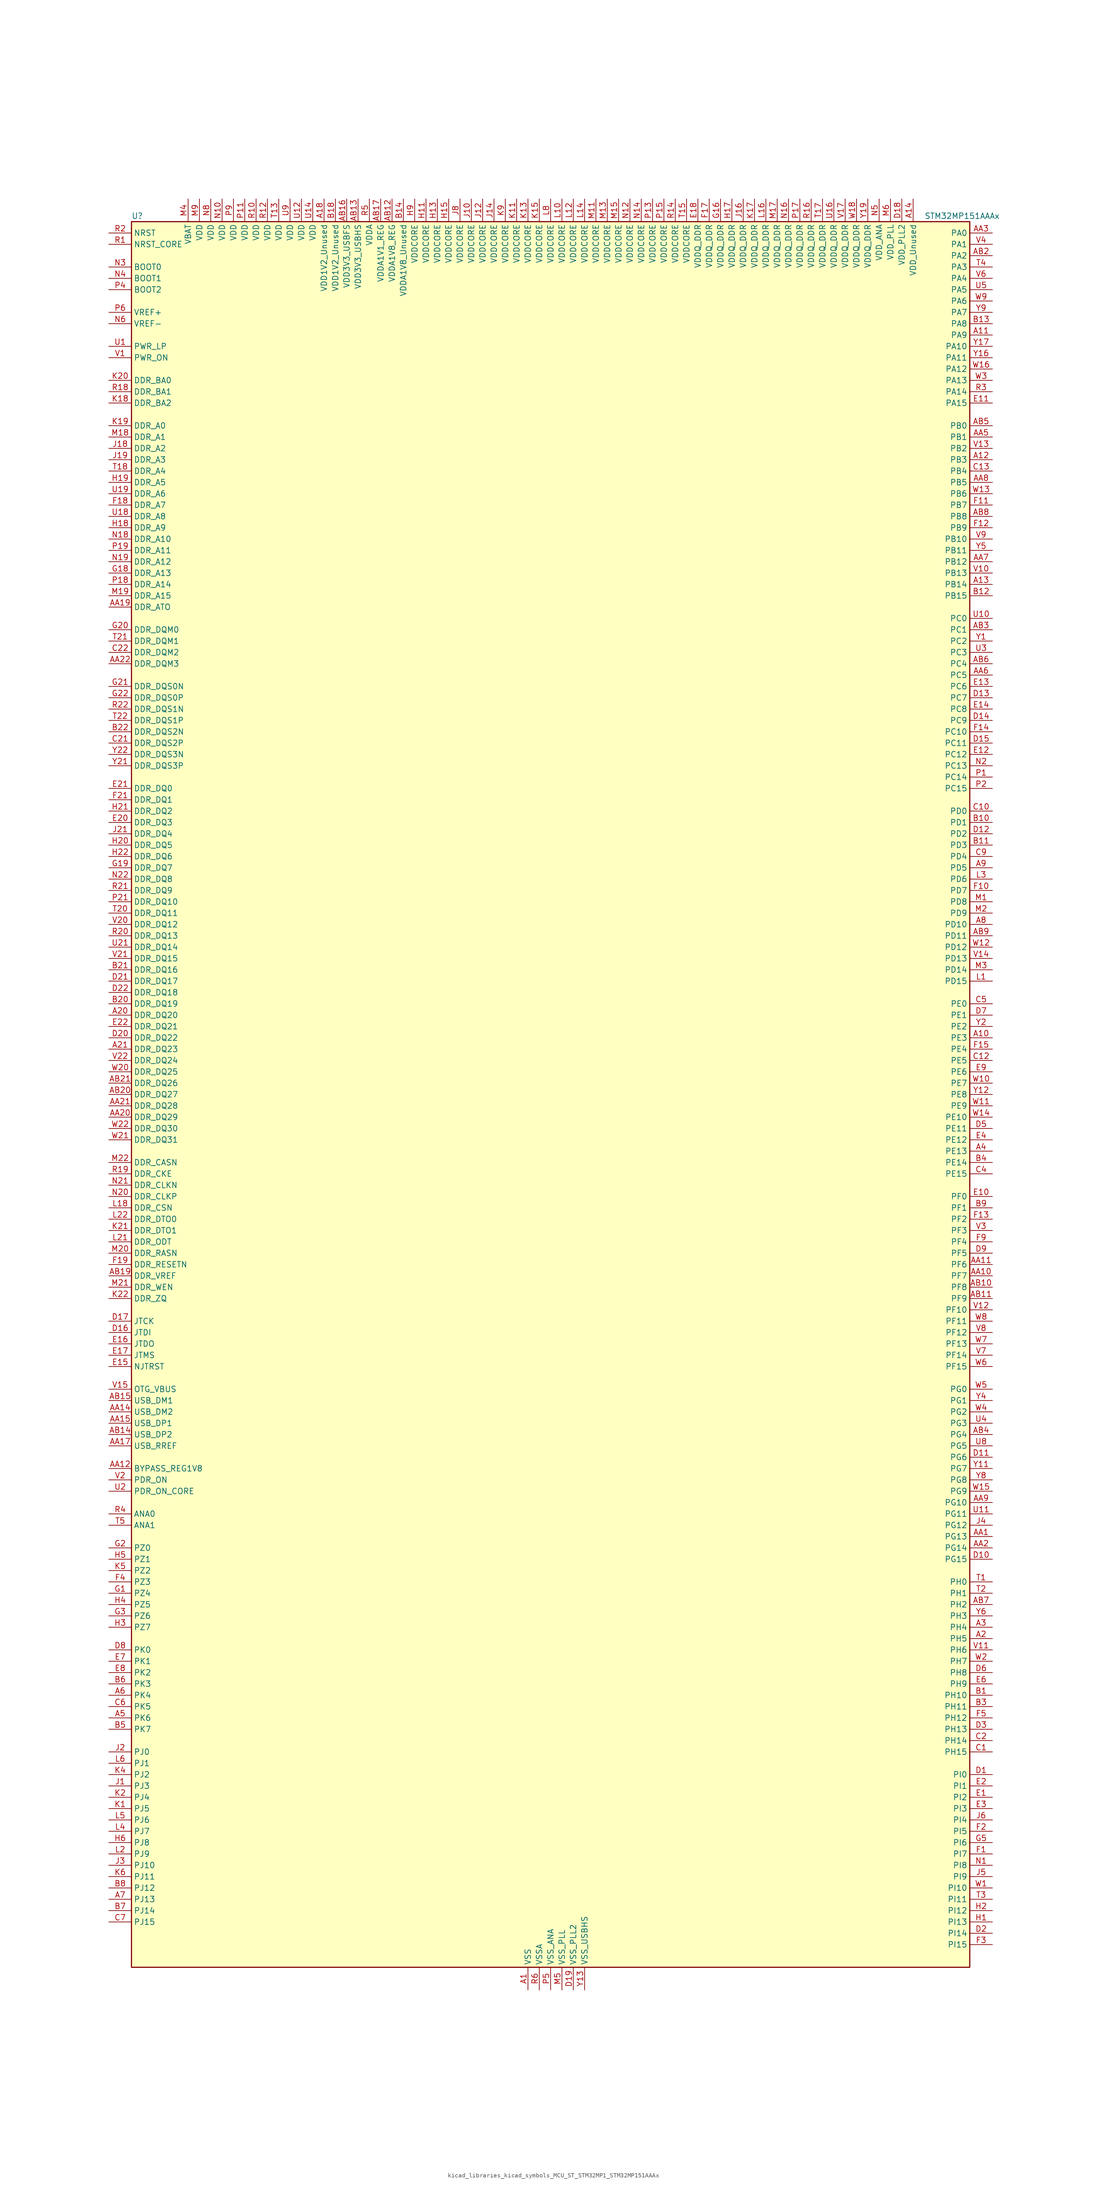
<source format=kicad_sym>
(kicad_symbol_lib
  (version 20220914)
  (generator kicad_symbol_editor)
  (symbol "kicad_libraries_kicad_symbols_MCU_ST_STM32MP1_STM32MP151AAAx"
    (property "Reference" "U"
      (at -93.98 196.85 0)
      (effects (font (size 1.27 1.27)) (justify left)))
    (property "Value" "STM32MP151AAAx"
      (at 83.82 196.85 0)
      (effects (font (size 1.27 1.27)) (justify left)))
    (property "ki_locked" ""
      (at 0 0 0)
      (effects (font (size 1.27 1.27))))
    (symbol "kicad_libraries_kicad_symbols_MCU_ST_STM32MP1_STM32MP151AAAx_0_1"
      (rectangle (start -93.98 -195.58) (end 93.98 195.58) (stroke (width 0.254) (type default)) (fill (type background))))
    (symbol "kicad_libraries_kicad_symbols_MCU_ST_STM32MP1_STM32MP151AAAx_1_1"
      (pin power_in line (at -5.08 -200.66 90) (length 5.08) (name "VSS" (effects (font (size 1.27 1.27)))) (number "A1" (effects (font (size 1.27 1.27)))))
      (pin bidirectional line (at 99.06 12.7 180) (length 5.08) (name "PE3" (effects (font (size 1.27 1.27)))) (number "A10" (effects (font (size 1.27 1.27)))) (alternate "DEBUG_TRACED0" bidirectional line) (alternate "FMC_A19" bidirectional line) (alternate "SAI1_SD_B" bidirectional line) (alternate "SDMMC2_CK" bidirectional line) (alternate "TIM15_BKIN" bidirectional line))
      (pin bidirectional line (at 99.06 170.18 180) (length 5.08) (name "PA9" (effects (font (size 1.27 1.27)))) (number "A11" (effects (font (size 1.27 1.27)))) (alternate "DAC1_EXTI9" bidirectional line) (alternate "DCMI_D0" bidirectional line) (alternate "I2C3_SMBA" bidirectional line) (alternate "I2S2_CK" bidirectional line) (alternate "LTDC_R5" bidirectional line) (alternate "SDMMC2_CDIR" bidirectional line) (alternate "SDMMC2_D5" bidirectional line) (alternate "SPI2_SCK" bidirectional line) (alternate "TIM1_CH2" bidirectional line) (alternate "USART1_TX" bidirectional line))
      (pin bidirectional line (at 99.06 142.24 180) (length 5.08) (name "PB3" (effects (font (size 1.27 1.27)))) (number "A12" (effects (font (size 1.27 1.27)))) (alternate "DEBUG_TRACED9" bidirectional line) (alternate "I2S1_CK" bidirectional line) (alternate "I2S3_CK" bidirectional line) (alternate "SAI4_CK1" bidirectional line) (alternate "SAI4_MCLK_A" bidirectional line) (alternate "SDMMC2_D2" bidirectional line) (alternate "SPI1_SCK" bidirectional line) (alternate "SPI3_SCK" bidirectional line) (alternate "SPI6_SCK" bidirectional line) (alternate "TIM2_CH2" bidirectional line) (alternate "UART7_RX" bidirectional line))
      (pin bidirectional line (at 99.06 114.3 180) (length 5.08) (name "PB14" (effects (font (size 1.27 1.27)))) (number "A13" (effects (font (size 1.27 1.27)))) (alternate "DFSDM1_DATIN2" bidirectional line) (alternate "I2S2_SDI" bidirectional line) (alternate "SDMMC2_D0" bidirectional line) (alternate "SPI2_MISO" bidirectional line) (alternate "TIM12_CH1" bidirectional line) (alternate "TIM1_CH2N" bidirectional line) (alternate "TIM8_CH2N" bidirectional line) (alternate "USART1_TX" bidirectional line) (alternate "USART3_DE" bidirectional line) (alternate "USART3_RTS" bidirectional line))
      (pin power_in line (at 81.28 200.66 270) (length 5.08) (name "VDD_Unused" (effects (font (size 1.27 1.27)))) (number "A14" (effects (font (size 1.27 1.27)))))
      (pin no_connect line (at -93.98 -195.58 0) (length 5.08) hide (name "DNU" (effects (font (size 1.27 1.27)))) (number "A15" (effects (font (size 1.27 1.27)))))
      (pin no_connect line (at -93.98 -193.04 0) (length 5.08) hide (name "DNU" (effects (font (size 1.27 1.27)))) (number "A16" (effects (font (size 1.27 1.27)))))
      (pin no_connect line (at -93.98 -190.5 0) (length 5.08) hide (name "DNU" (effects (font (size 1.27 1.27)))) (number "A17" (effects (font (size 1.27 1.27)))))
      (pin power_in line (at -50.8 200.66 270) (length 5.08) (name "VDD1V2_Unused" (effects (font (size 1.27 1.27)))) (number "A18" (effects (font (size 1.27 1.27)))))
      (pin passive line (at -5.08 -200.66 90) (length 5.08) hide (name "VSS" (effects (font (size 1.27 1.27)))) (number "A19" (effects (font (size 1.27 1.27)))))
      (pin bidirectional line (at 99.06 -121.92 180) (length 5.08) (name "PH5" (effects (font (size 1.27 1.27)))) (number "A2" (effects (font (size 1.27 1.27)))) (alternate "I2C2_SDA" bidirectional line) (alternate "SAI4_SD_B" bidirectional line) (alternate "SPI5_NSS" bidirectional line))
      (pin bidirectional line (at -99.06 17.78 0) (length 5.08) (name "DDR_DQ20" (effects (font (size 1.27 1.27)))) (number "A20" (effects (font (size 1.27 1.27)))) (alternate "DDR_DQ20" bidirectional line))
      (pin bidirectional line (at -99.06 10.16 0) (length 5.08) (name "DDR_DQ23" (effects (font (size 1.27 1.27)))) (number "A21" (effects (font (size 1.27 1.27)))) (alternate "DDR_DQ23" bidirectional line))
      (pin passive line (at -5.08 -200.66 90) (length 5.08) hide (name "VSS" (effects (font (size 1.27 1.27)))) (number "A22" (effects (font (size 1.27 1.27)))))
      (pin bidirectional line (at 99.06 -119.38 180) (length 5.08) (name "PH4" (effects (font (size 1.27 1.27)))) (number "A3" (effects (font (size 1.27 1.27)))) (alternate "I2C2_SCL" bidirectional line) (alternate "LTDC_G4" bidirectional line) (alternate "LTDC_G5" bidirectional line))
      (pin bidirectional line (at 99.06 -12.7 180) (length 5.08) (name "PE13" (effects (font (size 1.27 1.27)))) (number "A4" (effects (font (size 1.27 1.27)))) (alternate "DCMI_D6" bidirectional line) (alternate "DFSDM1_CKIN5" bidirectional line) (alternate "FMC_D10" bidirectional line) (alternate "FMC_DA10" bidirectional line) (alternate "HDP_HDP2" bidirectional line) (alternate "LTDC_DE" bidirectional line) (alternate "SAI2_FS_B" bidirectional line) (alternate "SPI4_MISO" bidirectional line) (alternate "TIM1_CH3" bidirectional line))
      (pin bidirectional line (at -99.06 -139.7 0) (length 5.08) (name "PK6" (effects (font (size 1.27 1.27)))) (number "A5" (effects (font (size 1.27 1.27)))) (alternate "DEBUG_TRACED7" bidirectional line) (alternate "HDP_HDP7" bidirectional line) (alternate "LTDC_B7" bidirectional line))
      (pin bidirectional line (at -99.06 -134.62 0) (length 5.08) (name "PK4" (effects (font (size 1.27 1.27)))) (number "A6" (effects (font (size 1.27 1.27)))) (alternate "LTDC_B5" bidirectional line))
      (pin bidirectional line (at -99.06 -180.34 0) (length 5.08) (name "PJ13" (effects (font (size 1.27 1.27)))) (number "A7" (effects (font (size 1.27 1.27)))) (alternate "LTDC_B1" bidirectional line) (alternate "LTDC_G4" bidirectional line))
      (pin bidirectional line (at 99.06 38.1 180) (length 5.08) (name "PD10" (effects (font (size 1.27 1.27)))) (number "A8" (effects (font (size 1.27 1.27)))) (alternate "DFSDM1_CKOUT" bidirectional line) (alternate "FMC_D15" bidirectional line) (alternate "FMC_DA15" bidirectional line) (alternate "I2C5_SMBA" bidirectional line) (alternate "I2S3_SDI" bidirectional line) (alternate "LTDC_B3" bidirectional line) (alternate "RTC_REFIN" bidirectional line) (alternate "SAI3_FS_B" bidirectional line) (alternate "SPI3_MISO" bidirectional line) (alternate "TIM16_BKIN" bidirectional line) (alternate "USART3_CK" bidirectional line))
      (pin bidirectional line (at 99.06 50.8 180) (length 5.08) (name "PD5" (effects (font (size 1.27 1.27)))) (number "A9" (effects (font (size 1.27 1.27)))) (alternate "FMC_NWE" bidirectional line) (alternate "SDMMC3_D2" bidirectional line) (alternate "USART2_TX" bidirectional line))
      (pin bidirectional line (at 99.06 -99.06 180) (length 5.08) (name "PG13" (effects (font (size 1.27 1.27)))) (number "AA1" (effects (font (size 1.27 1.27)))) (alternate "DEBUG_TRACED0" bidirectional line) (alternate "ETH1_TXD0" bidirectional line) (alternate "FMC_A24" bidirectional line) (alternate "LPTIM1_OUT" bidirectional line) (alternate "LTDC_R0" bidirectional line) (alternate "SAI1_CK2" bidirectional line) (alternate "SAI1_SCK_A" bidirectional line) (alternate "SAI4_CK1" bidirectional line) (alternate "SAI4_MCLK_A" bidirectional line) (alternate "SPI6_SCK" bidirectional line) (alternate "USART6_CTS" bidirectional line) (alternate "USART6_NSS" bidirectional line))
      (pin bidirectional line (at 99.06 -40.64 180) (length 5.08) (name "PF7" (effects (font (size 1.27 1.27)))) (number "AA10" (effects (font (size 1.27 1.27)))) (alternate "QUADSPI_BK1_IO2" bidirectional line) (alternate "SAI1_MCLK_B" bidirectional line) (alternate "SPI5_SCK" bidirectional line) (alternate "TIM17_CH1" bidirectional line) (alternate "UART7_TX" bidirectional line))
      (pin bidirectional line (at 99.06 -38.1 180) (length 5.08) (name "PF6" (effects (font (size 1.27 1.27)))) (number "AA11" (effects (font (size 1.27 1.27)))) (alternate "QUADSPI_BK1_IO3" bidirectional line) (alternate "SAI1_SD_B" bidirectional line) (alternate "SAI4_SCK_B" bidirectional line) (alternate "SPI5_NSS" bidirectional line) (alternate "TIM16_CH1" bidirectional line) (alternate "UART7_RX" bidirectional line))
      (pin bidirectional line (at -99.06 -83.82 0) (length 5.08) (name "BYPASS_REG1V8" (effects (font (size 1.27 1.27)))) (number "AA12" (effects (font (size 1.27 1.27)))))
      (pin passive line (at 7.62 -200.66 90) (length 5.08) hide (name "VSS_USBHS" (effects (font (size 1.27 1.27)))) (number "AA13" (effects (font (size 1.27 1.27)))))
      (pin bidirectional line (at -99.06 -71.12 0) (length 5.08) (name "USB_DM2" (effects (font (size 1.27 1.27)))) (number "AA14" (effects (font (size 1.27 1.27)))) (alternate "USBH_HS2_DM" bidirectional line) (alternate "USB_OTG_HS_DM" bidirectional line))
      (pin bidirectional line (at -99.06 -73.66 0) (length 5.08) (name "USB_DP1" (effects (font (size 1.27 1.27)))) (number "AA15" (effects (font (size 1.27 1.27)))) (alternate "USBH_HS1_DP" bidirectional line))
      (pin passive line (at 7.62 -200.66 90) (length 5.08) hide (name "VSS_USBHS" (effects (font (size 1.27 1.27)))) (number "AA16" (effects (font (size 1.27 1.27)))))
      (pin bidirectional line (at -99.06 -78.74 0) (length 5.08) (name "USB_RREF" (effects (font (size 1.27 1.27)))) (number "AA17" (effects (font (size 1.27 1.27)))))
      (pin passive line (at -5.08 -200.66 90) (length 5.08) hide (name "VSS" (effects (font (size 1.27 1.27)))) (number "AA18" (effects (font (size 1.27 1.27)))))
      (pin bidirectional line (at -99.06 109.22 0) (length 5.08) (name "DDR_ATO" (effects (font (size 1.27 1.27)))) (number "AA19" (effects (font (size 1.27 1.27)))) (alternate "DDR_ATO" bidirectional line))
      (pin bidirectional line (at 99.06 -101.6 180) (length 5.08) (name "PG14" (effects (font (size 1.27 1.27)))) (number "AA2" (effects (font (size 1.27 1.27)))) (alternate "DEBUG_TRACED1" bidirectional line) (alternate "ETH1_TXD1" bidirectional line) (alternate "FMC_A25" bidirectional line) (alternate "LPTIM1_ETR" bidirectional line) (alternate "LTDC_B0" bidirectional line) (alternate "QUADSPI_BK2_IO3" bidirectional line) (alternate "SAI4_D1" bidirectional line) (alternate "SAI4_SD_A" bidirectional line) (alternate "SPI6_MOSI" bidirectional line) (alternate "USART6_TX" bidirectional line))
      (pin bidirectional line (at -99.06 -5.08 0) (length 5.08) (name "DDR_DQ29" (effects (font (size 1.27 1.27)))) (number "AA20" (effects (font (size 1.27 1.27)))) (alternate "DDR_DQ29" bidirectional line))
      (pin bidirectional line (at -99.06 -2.54 0) (length 5.08) (name "DDR_DQ28" (effects (font (size 1.27 1.27)))) (number "AA21" (effects (font (size 1.27 1.27)))) (alternate "DDR_DQ28" bidirectional line))
      (pin bidirectional line (at -99.06 96.52 0) (length 5.08) (name "DDR_DQM3" (effects (font (size 1.27 1.27)))) (number "AA22" (effects (font (size 1.27 1.27)))) (alternate "DDR_DQM3" bidirectional line))
      (pin bidirectional line (at 99.06 193.04 180) (length 5.08) (name "PA0" (effects (font (size 1.27 1.27)))) (number "AA3" (effects (font (size 1.27 1.27)))) (alternate "ADC1_INP16" bidirectional line) (alternate "ETH1_CRS" bidirectional line) (alternate "PWR_WKUP1" bidirectional line) (alternate "SAI2_SD_B" bidirectional line) (alternate "SDMMC2_CMD" bidirectional line) (alternate "TIM15_BKIN" bidirectional line) (alternate "TIM2_CH1" bidirectional line) (alternate "TIM2_ETR" bidirectional line) (alternate "TIM5_CH1" bidirectional line) (alternate "TIM8_ETR" bidirectional line) (alternate "UART4_TX" bidirectional line) (alternate "USART2_CTS" bidirectional line) (alternate "USART2_NSS" bidirectional line))
      (pin passive line (at -5.08 -200.66 90) (length 5.08) hide (name "VSS" (effects (font (size 1.27 1.27)))) (number "AA4" (effects (font (size 1.27 1.27)))))
      (pin bidirectional line (at 99.06 147.32 180) (length 5.08) (name "PB1" (effects (font (size 1.27 1.27)))) (number "AA5" (effects (font (size 1.27 1.27)))) (alternate "ADC1_INP5" bidirectional line) (alternate "ADC2_INP5" bidirectional line) (alternate "DFSDM1_DATIN1" bidirectional line) (alternate "ETH1_RXD3" bidirectional line) (alternate "LTDC_G0" bidirectional line) (alternate "LTDC_R6" bidirectional line) (alternate "TIM1_CH3N" bidirectional line) (alternate "TIM3_CH4" bidirectional line) (alternate "TIM8_CH3N" bidirectional line))
      (pin bidirectional line (at 99.06 93.98 180) (length 5.08) (name "PC5" (effects (font (size 1.27 1.27)))) (number "AA6" (effects (font (size 1.27 1.27)))) (alternate "ADC1_INN4" bidirectional line) (alternate "ADC1_INP8" bidirectional line) (alternate "ADC2_INN4" bidirectional line) (alternate "ADC2_INP8" bidirectional line) (alternate "DFSDM1_DATIN2" bidirectional line) (alternate "ETH1_RXD1" bidirectional line) (alternate "SAI1_D3" bidirectional line) (alternate "SAI1_D4" bidirectional line) (alternate "SAI4_D3" bidirectional line) (alternate "SAI4_D4" bidirectional line) (alternate "SPDIFRX_IN3" bidirectional line))
      (pin bidirectional line (at 99.06 119.38 180) (length 5.08) (name "PB12" (effects (font (size 1.27 1.27)))) (number "AA7" (effects (font (size 1.27 1.27)))) (alternate "DFSDM1_DATIN1" bidirectional line) (alternate "ETH1_TXD0" bidirectional line) (alternate "I2C2_SMBA" bidirectional line) (alternate "I2C6_SMBA" bidirectional line) (alternate "I2S2_WS" bidirectional line) (alternate "SPI2_NSS" bidirectional line) (alternate "TIM1_BKIN" bidirectional line) (alternate "UART5_RX" bidirectional line) (alternate "USART3_CK" bidirectional line) (alternate "USART3_RX" bidirectional line))
      (pin bidirectional line (at 99.06 137.16 180) (length 5.08) (name "PB5" (effects (font (size 1.27 1.27)))) (number "AA8" (effects (font (size 1.27 1.27)))) (alternate "DCMI_D10" bidirectional line) (alternate "ETH1_CLK" bidirectional line) (alternate "ETH1_PPS_OUT" bidirectional line) (alternate "I2C1_SMBA" bidirectional line) (alternate "I2C4_SMBA" bidirectional line) (alternate "I2S1_SDO" bidirectional line) (alternate "I2S3_SDO" bidirectional line) (alternate "LTDC_G7" bidirectional line) (alternate "SAI4_D1" bidirectional line) (alternate "SAI4_SD_A" bidirectional line) (alternate "SPI1_MOSI" bidirectional line) (alternate "SPI3_MOSI" bidirectional line) (alternate "SPI6_MOSI" bidirectional line) (alternate "TIM17_BKIN" bidirectional line) (alternate "TIM3_CH2" bidirectional line) (alternate "UART5_RX" bidirectional line))
      (pin bidirectional line (at 99.06 -91.44 180) (length 5.08) (name "PG10" (effects (font (size 1.27 1.27)))) (number "AA9" (effects (font (size 1.27 1.27)))) (alternate "DCMI_D2" bidirectional line) (alternate "DEBUG_TRACED10" bidirectional line) (alternate "FMC_NE3" bidirectional line) (alternate "LTDC_B2" bidirectional line) (alternate "LTDC_G3" bidirectional line) (alternate "QUADSPI_BK2_IO2" bidirectional line) (alternate "SAI2_SD_B" bidirectional line) (alternate "UART8_CTS" bidirectional line))
      (pin passive line (at -5.08 -200.66 90) (length 5.08) hide (name "VSS" (effects (font (size 1.27 1.27)))) (number "AB1" (effects (font (size 1.27 1.27)))))
      (pin bidirectional line (at 99.06 -43.18 180) (length 5.08) (name "PF8" (effects (font (size 1.27 1.27)))) (number "AB10" (effects (font (size 1.27 1.27)))) (alternate "DEBUG_TRACED12" bidirectional line) (alternate "QUADSPI_BK1_IO0" bidirectional line) (alternate "SAI1_SCK_B" bidirectional line) (alternate "SPI5_MISO" bidirectional line) (alternate "TIM13_CH1" bidirectional line) (alternate "TIM16_CH1N" bidirectional line) (alternate "UART7_DE" bidirectional line) (alternate "UART7_RTS" bidirectional line))
      (pin bidirectional line (at 99.06 -45.72 180) (length 5.08) (name "PF9" (effects (font (size 1.27 1.27)))) (number "AB11" (effects (font (size 1.27 1.27)))) (alternate "DAC1_EXTI9" bidirectional line) (alternate "DEBUG_TRACED13" bidirectional line) (alternate "QUADSPI_BK1_IO1" bidirectional line) (alternate "SAI1_FS_B" bidirectional line) (alternate "SPI5_MOSI" bidirectional line) (alternate "TIM14_CH1" bidirectional line) (alternate "TIM17_CH1N" bidirectional line) (alternate "UART7_CTS" bidirectional line))
      (pin power_in line (at -35.56 200.66 270) (length 5.08) (name "VDDA1V8_REG" (effects (font (size 1.27 1.27)))) (number "AB12" (effects (font (size 1.27 1.27)))))
      (pin power_in line (at -43.18 200.66 270) (length 5.08) (name "VDD3V3_USBHS" (effects (font (size 1.27 1.27)))) (number "AB13" (effects (font (size 1.27 1.27)))))
      (pin bidirectional line (at -99.06 -76.2 0) (length 5.08) (name "USB_DP2" (effects (font (size 1.27 1.27)))) (number "AB14" (effects (font (size 1.27 1.27)))) (alternate "USBH_HS2_DP" bidirectional line) (alternate "USB_OTG_HS_DP" bidirectional line))
      (pin bidirectional line (at -99.06 -68.58 0) (length 5.08) (name "USB_DM1" (effects (font (size 1.27 1.27)))) (number "AB15" (effects (font (size 1.27 1.27)))) (alternate "USBH_HS1_DM" bidirectional line))
      (pin power_in line (at -45.72 200.66 270) (length 5.08) (name "VDD3V3_USBFS" (effects (font (size 1.27 1.27)))) (number "AB16" (effects (font (size 1.27 1.27)))))
      (pin power_in line (at -38.1 200.66 270) (length 5.08) (name "VDDA1V1_REG" (effects (font (size 1.27 1.27)))) (number "AB17" (effects (font (size 1.27 1.27)))))
      (pin passive line (at -5.08 -200.66 90) (length 5.08) hide (name "VSS" (effects (font (size 1.27 1.27)))) (number "AB18" (effects (font (size 1.27 1.27)))))
      (pin bidirectional line (at -99.06 -40.64 0) (length 5.08) (name "DDR_VREF" (effects (font (size 1.27 1.27)))) (number "AB19" (effects (font (size 1.27 1.27)))) (alternate "DDR_VREF" bidirectional line))
      (pin bidirectional line (at 99.06 187.96 180) (length 5.08) (name "PA2" (effects (font (size 1.27 1.27)))) (number "AB2" (effects (font (size 1.27 1.27)))) (alternate "ADC1_INP14" bidirectional line) (alternate "ETH1_MDIO" bidirectional line) (alternate "LPTIM4_OUT" bidirectional line) (alternate "LTDC_R1" bidirectional line) (alternate "PWR_WKUP2" bidirectional line) (alternate "SAI2_SCK_B" bidirectional line) (alternate "SDMMC2_D0DIR" bidirectional line) (alternate "TIM15_CH1" bidirectional line) (alternate "TIM2_CH3" bidirectional line) (alternate "TIM5_CH3" bidirectional line) (alternate "USART2_TX" bidirectional line))
      (pin bidirectional line (at -99.06 0 0) (length 5.08) (name "DDR_DQ27" (effects (font (size 1.27 1.27)))) (number "AB20" (effects (font (size 1.27 1.27)))) (alternate "DDR_DQ27" bidirectional line))
      (pin bidirectional line (at -99.06 2.54 0) (length 5.08) (name "DDR_DQ26" (effects (font (size 1.27 1.27)))) (number "AB21" (effects (font (size 1.27 1.27)))) (alternate "DDR_DQ26" bidirectional line))
      (pin passive line (at -5.08 -200.66 90) (length 5.08) hide (name "VSS" (effects (font (size 1.27 1.27)))) (number "AB22" (effects (font (size 1.27 1.27)))))
      (pin bidirectional line (at 99.06 104.14 180) (length 5.08) (name "PC1" (effects (font (size 1.27 1.27)))) (number "AB3" (effects (font (size 1.27 1.27)))) (alternate "ADC1_INN10" bidirectional line) (alternate "ADC1_INP11" bidirectional line) (alternate "ADC2_INN10" bidirectional line) (alternate "ADC2_INP11" bidirectional line) (alternate "DEBUG_TRACED0" bidirectional line) (alternate "DFSDM1_CKIN4" bidirectional line) (alternate "DFSDM1_DATIN0" bidirectional line) (alternate "ETH1_MDC" bidirectional line) (alternate "I2S2_SDO" bidirectional line) (alternate "PWR_WKUP6" bidirectional line) (alternate "SAI1_D1" bidirectional line) (alternate "SAI1_SD_A" bidirectional line) (alternate "SDMMC2_CK" bidirectional line) (alternate "SPI2_MOSI" bidirectional line) (alternate "TAMP_IN3" bidirectional line))
      (pin bidirectional line (at 99.06 -76.2 180) (length 5.08) (name "PG4" (effects (font (size 1.27 1.27)))) (number "AB4" (effects (font (size 1.27 1.27)))) (alternate "ETH1_GTX_CLK" bidirectional line) (alternate "FMC_A14" bidirectional line) (alternate "TIM1_BKIN2" bidirectional line))
      (pin bidirectional line (at 99.06 149.86 180) (length 5.08) (name "PB0" (effects (font (size 1.27 1.27)))) (number "AB5" (effects (font (size 1.27 1.27)))) (alternate "ADC1_INN5" bidirectional line) (alternate "ADC1_INP9" bidirectional line) (alternate "ADC2_INN5" bidirectional line) (alternate "ADC2_INP9" bidirectional line) (alternate "DFSDM1_CKOUT" bidirectional line) (alternate "ETH1_RXD2" bidirectional line) (alternate "LTDC_G1" bidirectional line) (alternate "LTDC_R3" bidirectional line) (alternate "TIM1_CH2N" bidirectional line) (alternate "TIM3_CH3" bidirectional line) (alternate "TIM8_CH2N" bidirectional line) (alternate "UART4_CTS" bidirectional line))
      (pin bidirectional line (at 99.06 96.52 180) (length 5.08) (name "PC4" (effects (font (size 1.27 1.27)))) (number "AB6" (effects (font (size 1.27 1.27)))) (alternate "ADC1_INP4" bidirectional line) (alternate "ADC2_INP4" bidirectional line) (alternate "DFSDM1_CKIN2" bidirectional line) (alternate "ETH1_RXD0" bidirectional line) (alternate "I2S1_MCK" bidirectional line) (alternate "SPDIFRX_IN2" bidirectional line))
      (pin bidirectional line (at 99.06 -114.3 180) (length 5.08) (name "PH2" (effects (font (size 1.27 1.27)))) (number "AB7" (effects (font (size 1.27 1.27)))) (alternate "ETH1_CRS" bidirectional line) (alternate "LPTIM1_IN2" bidirectional line) (alternate "LTDC_R0" bidirectional line) (alternate "QUADSPI_BK2_IO0" bidirectional line) (alternate "SAI2_SCK_B" bidirectional line))
      (pin bidirectional line (at 99.06 129.54 180) (length 5.08) (name "PB8" (effects (font (size 1.27 1.27)))) (number "AB8" (effects (font (size 1.27 1.27)))) (alternate "DCMI_D6" bidirectional line) (alternate "DFSDM1_CKIN7" bidirectional line) (alternate "ETH1_TXD3" bidirectional line) (alternate "HDP_HDP6" bidirectional line) (alternate "I2C1_SCL" bidirectional line) (alternate "I2C4_SCL" bidirectional line) (alternate "LTDC_B6" bidirectional line) (alternate "SDMMC1_CKIN" bidirectional line) (alternate "SDMMC1_D4" bidirectional line) (alternate "SDMMC2_CKIN" bidirectional line) (alternate "SDMMC2_D4" bidirectional line) (alternate "TIM16_CH1" bidirectional line) (alternate "TIM4_CH3" bidirectional line) (alternate "UART4_RX" bidirectional line))
      (pin bidirectional line (at 99.06 35.56 180) (length 5.08) (name "PD11" (effects (font (size 1.27 1.27)))) (number "AB9" (effects (font (size 1.27 1.27)))) (alternate "ADC1_EXTI11" bidirectional line) (alternate "ADC2_EXTI11" bidirectional line) (alternate "FMC_A16" bidirectional line) (alternate "FMC_CLE" bidirectional line) (alternate "I2C1_SMBA" bidirectional line) (alternate "I2C4_SMBA" bidirectional line) (alternate "LPTIM2_IN2" bidirectional line) (alternate "QUADSPI_BK1_IO0" bidirectional line) (alternate "SAI2_SD_A" bidirectional line) (alternate "USART3_CTS" bidirectional line) (alternate "USART3_NSS" bidirectional line))
      (pin bidirectional line (at 99.06 -134.62 180) (length 5.08) (name "PH10" (effects (font (size 1.27 1.27)))) (number "B1" (effects (font (size 1.27 1.27)))) (alternate "DCMI_D1" bidirectional line) (alternate "I2C1_SMBA" bidirectional line) (alternate "I2C4_SMBA" bidirectional line) (alternate "LTDC_R4" bidirectional line) (alternate "TIM5_CH1" bidirectional line))
      (pin bidirectional line (at 99.06 60.96 180) (length 5.08) (name "PD1" (effects (font (size 1.27 1.27)))) (number "B10" (effects (font (size 1.27 1.27)))) (alternate "DFSDM1_CKIN7" bidirectional line) (alternate "DFSDM1_DATIN6" bidirectional line) (alternate "FMC_D3" bidirectional line) (alternate "FMC_DA3" bidirectional line) (alternate "I2C5_SCL" bidirectional line) (alternate "I2C6_SCL" bidirectional line) (alternate "SAI3_SD_A" bidirectional line) (alternate "SDMMC3_D0" bidirectional line) (alternate "UART4_TX" bidirectional line))
      (pin bidirectional line (at 99.06 55.88 180) (length 5.08) (name "PD3" (effects (font (size 1.27 1.27)))) (number "B11" (effects (font (size 1.27 1.27)))) (alternate "DCMI_D5" bidirectional line) (alternate "DFSDM1_CKOUT" bidirectional line) (alternate "DFSDM1_DATIN0" bidirectional line) (alternate "FMC_CLK" bidirectional line) (alternate "HDP_HDP5" bidirectional line) (alternate "I2S2_CK" bidirectional line) (alternate "LTDC_G7" bidirectional line) (alternate "SDMMC1_D123DIR" bidirectional line) (alternate "SDMMC1_D7" bidirectional line) (alternate "SDMMC2_D123DIR" bidirectional line) (alternate "SDMMC2_D7" bidirectional line) (alternate "SPI2_SCK" bidirectional line) (alternate "USART2_CTS" bidirectional line) (alternate "USART2_NSS" bidirectional line))
      (pin bidirectional line (at 99.06 111.76 180) (length 5.08) (name "PB15" (effects (font (size 1.27 1.27)))) (number "B12" (effects (font (size 1.27 1.27)))) (alternate "ADC1_EXTI15" bidirectional line) (alternate "ADC2_EXTI15" bidirectional line) (alternate "DFSDM1_CKIN2" bidirectional line) (alternate "I2S2_SDO" bidirectional line) (alternate "RTC_REFIN" bidirectional line) (alternate "SDMMC2_D1" bidirectional line) (alternate "SPI2_MOSI" bidirectional line) (alternate "TIM12_CH2" bidirectional line) (alternate "TIM1_CH3N" bidirectional line) (alternate "TIM8_CH3N" bidirectional line) (alternate "USART1_RX" bidirectional line))
      (pin bidirectional line (at 99.06 172.72 180) (length 5.08) (name "PA8" (effects (font (size 1.27 1.27)))) (number "B13" (effects (font (size 1.27 1.27)))) (alternate "I2C3_SCL" bidirectional line) (alternate "I2S3_SDO" bidirectional line) (alternate "LTDC_R6" bidirectional line) (alternate "RCC_MCO_1" bidirectional line) (alternate "SAI4_SD_B" bidirectional line) (alternate "SDMMC2_CKIN" bidirectional line) (alternate "SDMMC2_D4" bidirectional line) (alternate "SPI3_MOSI" bidirectional line) (alternate "TIM1_CH1" bidirectional line) (alternate "TIM8_BKIN2" bidirectional line) (alternate "UART7_RX" bidirectional line) (alternate "USART1_CK" bidirectional line) (alternate "USB_OTG_HS_SOF" bidirectional line))
      (pin power_in line (at -33.02 200.66 270) (length 5.08) (name "VDDA1V8_Unused" (effects (font (size 1.27 1.27)))) (number "B14" (effects (font (size 1.27 1.27)))))
      (pin no_connect line (at -93.98 -187.96 0) (length 5.08) hide (name "DNU" (effects (font (size 1.27 1.27)))) (number "B15" (effects (font (size 1.27 1.27)))))
      (pin no_connect line (at -93.98 -185.42 0) (length 5.08) hide (name "DNU" (effects (font (size 1.27 1.27)))) (number "B16" (effects (font (size 1.27 1.27)))))
      (pin no_connect line (at -93.98 -182.88 0) (length 5.08) hide (name "DNU" (effects (font (size 1.27 1.27)))) (number "B17" (effects (font (size 1.27 1.27)))))
      (pin power_in line (at -48.26 200.66 270) (length 5.08) (name "VDD1V2_Unused" (effects (font (size 1.27 1.27)))) (number "B18" (effects (font (size 1.27 1.27)))))
      (pin passive line (at -5.08 -200.66 90) (length 5.08) hide (name "VSS" (effects (font (size 1.27 1.27)))) (number "B19" (effects (font (size 1.27 1.27)))))
      (pin passive line (at -5.08 -200.66 90) (length 5.08) hide (name "VSS" (effects (font (size 1.27 1.27)))) (number "B2" (effects (font (size 1.27 1.27)))))
      (pin bidirectional line (at -99.06 20.32 0) (length 5.08) (name "DDR_DQ19" (effects (font (size 1.27 1.27)))) (number "B20" (effects (font (size 1.27 1.27)))) (alternate "DDR_DQ19" bidirectional line))
      (pin bidirectional line (at -99.06 27.94 0) (length 5.08) (name "DDR_DQ16" (effects (font (size 1.27 1.27)))) (number "B21" (effects (font (size 1.27 1.27)))) (alternate "DDR_DQ16" bidirectional line))
      (pin bidirectional line (at -99.06 81.28 0) (length 5.08) (name "DDR_DQS2N" (effects (font (size 1.27 1.27)))) (number "B22" (effects (font (size 1.27 1.27)))) (alternate "DDR_DQS2N" bidirectional line))
      (pin bidirectional line (at 99.06 -137.16 180) (length 5.08) (name "PH11" (effects (font (size 1.27 1.27)))) (number "B3" (effects (font (size 1.27 1.27)))) (alternate "ADC1_EXTI11" bidirectional line) (alternate "ADC2_EXTI11" bidirectional line) (alternate "DCMI_D2" bidirectional line) (alternate "I2C1_SCL" bidirectional line) (alternate "I2C4_SCL" bidirectional line) (alternate "LTDC_R5" bidirectional line) (alternate "TIM5_CH2" bidirectional line))
      (pin bidirectional line (at 99.06 -15.24 180) (length 5.08) (name "PE14" (effects (font (size 1.27 1.27)))) (number "B4" (effects (font (size 1.27 1.27)))) (alternate "FMC_D11" bidirectional line) (alternate "FMC_DA11" bidirectional line) (alternate "LTDC_CLK" bidirectional line) (alternate "LTDC_G0" bidirectional line) (alternate "SAI2_MCLK_B" bidirectional line) (alternate "SDMMC1_D123DIR" bidirectional line) (alternate "SPI4_MOSI" bidirectional line) (alternate "TIM1_CH4" bidirectional line) (alternate "UART8_DE" bidirectional line) (alternate "UART8_RTS" bidirectional line))
      (pin bidirectional line (at -99.06 -142.24 0) (length 5.08) (name "PK7" (effects (font (size 1.27 1.27)))) (number "B5" (effects (font (size 1.27 1.27)))) (alternate "LTDC_DE" bidirectional line))
      (pin bidirectional line (at -99.06 -132.08 0) (length 5.08) (name "PK3" (effects (font (size 1.27 1.27)))) (number "B6" (effects (font (size 1.27 1.27)))) (alternate "LTDC_B4" bidirectional line))
      (pin bidirectional line (at -99.06 -182.88 0) (length 5.08) (name "PJ14" (effects (font (size 1.27 1.27)))) (number "B7" (effects (font (size 1.27 1.27)))) (alternate "LTDC_B2" bidirectional line))
      (pin bidirectional line (at -99.06 -177.8 0) (length 5.08) (name "PJ12" (effects (font (size 1.27 1.27)))) (number "B8" (effects (font (size 1.27 1.27)))) (alternate "LTDC_B0" bidirectional line) (alternate "LTDC_G3" bidirectional line))
      (pin bidirectional line (at 99.06 -25.4 180) (length 5.08) (name "PF1" (effects (font (size 1.27 1.27)))) (number "B9" (effects (font (size 1.27 1.27)))) (alternate "FMC_A1" bidirectional line) (alternate "I2C2_SCL" bidirectional line) (alternate "SDMMC3_CDIR" bidirectional line) (alternate "SDMMC3_CMD" bidirectional line))
      (pin bidirectional line (at 99.06 -147.32 180) (length 5.08) (name "PH15" (effects (font (size 1.27 1.27)))) (number "C1" (effects (font (size 1.27 1.27)))) (alternate "ADC1_EXTI15" bidirectional line) (alternate "ADC2_EXTI15" bidirectional line) (alternate "DCMI_D11" bidirectional line) (alternate "LTDC_G4" bidirectional line) (alternate "TIM8_CH3N" bidirectional line))
      (pin bidirectional line (at 99.06 63.5 180) (length 5.08) (name "PD0" (effects (font (size 1.27 1.27)))) (number "C10" (effects (font (size 1.27 1.27)))) (alternate "DFSDM1_CKIN6" bidirectional line) (alternate "DFSDM1_DATIN7" bidirectional line) (alternate "FMC_D2" bidirectional line) (alternate "FMC_DA2" bidirectional line) (alternate "I2C5_SDA" bidirectional line) (alternate "I2C6_SDA" bidirectional line) (alternate "SAI3_SCK_A" bidirectional line) (alternate "SDMMC3_CMD" bidirectional line) (alternate "UART4_RX" bidirectional line))
      (pin passive line (at -5.08 -200.66 90) (length 5.08) hide (name "VSS" (effects (font (size 1.27 1.27)))) (number "C11" (effects (font (size 1.27 1.27)))))
      (pin bidirectional line (at 99.06 7.62 180) (length 5.08) (name "PE5" (effects (font (size 1.27 1.27)))) (number "C12" (effects (font (size 1.27 1.27)))) (alternate "DCMI_D6" bidirectional line) (alternate "DEBUG_TRACED3" bidirectional line) (alternate "DFSDM1_CKIN3" bidirectional line) (alternate "FMC_A21" bidirectional line) (alternate "LTDC_G0" bidirectional line) (alternate "SAI1_CK2" bidirectional line) (alternate "SAI1_SCK_A" bidirectional line) (alternate "SDMMC1_D0DIR" bidirectional line) (alternate "SDMMC1_D6" bidirectional line) (alternate "SDMMC2_D0DIR" bidirectional line) (alternate "SDMMC2_D6" bidirectional line) (alternate "SPI4_MISO" bidirectional line) (alternate "TIM15_CH1" bidirectional line))
      (pin bidirectional line (at 99.06 139.7 180) (length 5.08) (name "PB4" (effects (font (size 1.27 1.27)))) (number "C13" (effects (font (size 1.27 1.27)))) (alternate "DEBUG_TRACED8" bidirectional line) (alternate "I2S1_SDI" bidirectional line) (alternate "I2S2_WS" bidirectional line) (alternate "I2S3_SDI" bidirectional line) (alternate "SAI4_CK2" bidirectional line) (alternate "SAI4_SCK_A" bidirectional line) (alternate "SDMMC2_D3" bidirectional line) (alternate "SPI1_MISO" bidirectional line) (alternate "SPI2_NSS" bidirectional line) (alternate "SPI3_MISO" bidirectional line) (alternate "SPI6_MISO" bidirectional line) (alternate "TIM16_BKIN" bidirectional line) (alternate "TIM3_CH1" bidirectional line) (alternate "UART7_TX" bidirectional line))
      (pin passive line (at -5.08 -200.66 90) (length 5.08) hide (name "VSS" (effects (font (size 1.27 1.27)))) (number "C14" (effects (font (size 1.27 1.27)))))
      (pin passive line (at -5.08 -200.66 90) (length 5.08) hide (name "VSS" (effects (font (size 1.27 1.27)))) (number "C15" (effects (font (size 1.27 1.27)))))
      (pin passive line (at -5.08 -200.66 90) (length 5.08) hide (name "VSS" (effects (font (size 1.27 1.27)))) (number "C16" (effects (font (size 1.27 1.27)))))
      (pin passive line (at -5.08 -200.66 90) (length 5.08) hide (name "VSS" (effects (font (size 1.27 1.27)))) (number "C17" (effects (font (size 1.27 1.27)))))
      (pin passive line (at -5.08 -200.66 90) (length 5.08) hide (name "VSS" (effects (font (size 1.27 1.27)))) (number "C18" (effects (font (size 1.27 1.27)))))
      (pin passive line (at -5.08 -200.66 90) (length 5.08) hide (name "VSS" (effects (font (size 1.27 1.27)))) (number "C19" (effects (font (size 1.27 1.27)))))
      (pin bidirectional line (at 99.06 -144.78 180) (length 5.08) (name "PH14" (effects (font (size 1.27 1.27)))) (number "C2" (effects (font (size 1.27 1.27)))) (alternate "DCMI_D4" bidirectional line) (alternate "LTDC_G3" bidirectional line) (alternate "TIM8_CH2N" bidirectional line) (alternate "UART4_RX" bidirectional line))
      (pin passive line (at -5.08 -200.66 90) (length 5.08) hide (name "VSS" (effects (font (size 1.27 1.27)))) (number "C20" (effects (font (size 1.27 1.27)))))
      (pin bidirectional line (at -99.06 78.74 0) (length 5.08) (name "DDR_DQS2P" (effects (font (size 1.27 1.27)))) (number "C21" (effects (font (size 1.27 1.27)))) (alternate "DDR_DQS2P" bidirectional line))
      (pin bidirectional line (at -99.06 99.06 0) (length 5.08) (name "DDR_DQM2" (effects (font (size 1.27 1.27)))) (number "C22" (effects (font (size 1.27 1.27)))) (alternate "DDR_DQM2" bidirectional line))
      (pin passive line (at -5.08 -200.66 90) (length 5.08) hide (name "VSS" (effects (font (size 1.27 1.27)))) (number "C3" (effects (font (size 1.27 1.27)))))
      (pin bidirectional line (at 99.06 -17.78 180) (length 5.08) (name "PE15" (effects (font (size 1.27 1.27)))) (number "C4" (effects (font (size 1.27 1.27)))) (alternate "ADC1_EXTI15" bidirectional line) (alternate "ADC2_EXTI15" bidirectional line) (alternate "FMC_D12" bidirectional line) (alternate "FMC_DA12" bidirectional line) (alternate "FMC_NCE2" bidirectional line) (alternate "HDP_HDP3" bidirectional line) (alternate "LTDC_R7" bidirectional line) (alternate "TIM15_BKIN" bidirectional line) (alternate "TIM1_BKIN" bidirectional line) (alternate "UART8_CTS" bidirectional line) (alternate "USART2_CTS" bidirectional line) (alternate "USART2_NSS" bidirectional line))
      (pin bidirectional line (at 99.06 20.32 180) (length 5.08) (name "PE0" (effects (font (size 1.27 1.27)))) (number "C5" (effects (font (size 1.27 1.27)))) (alternate "DCMI_D2" bidirectional line) (alternate "FMC_NBL0" bidirectional line) (alternate "I2S3_CK" bidirectional line) (alternate "LPTIM1_ETR" bidirectional line) (alternate "LPTIM2_ETR" bidirectional line) (alternate "SAI2_MCLK_A" bidirectional line) (alternate "SAI4_MCLK_B" bidirectional line) (alternate "SPI3_SCK" bidirectional line) (alternate "TIM4_ETR" bidirectional line) (alternate "UART8_RX" bidirectional line))
      (pin bidirectional line (at -99.06 -137.16 0) (length 5.08) (name "PK5" (effects (font (size 1.27 1.27)))) (number "C6" (effects (font (size 1.27 1.27)))) (alternate "DEBUG_TRACED6" bidirectional line) (alternate "HDP_HDP6" bidirectional line) (alternate "LTDC_B6" bidirectional line))
      (pin bidirectional line (at -99.06 -185.42 0) (length 5.08) (name "PJ15" (effects (font (size 1.27 1.27)))) (number "C7" (effects (font (size 1.27 1.27)))) (alternate "ADC1_EXTI15" bidirectional line) (alternate "ADC2_EXTI15" bidirectional line) (alternate "LTDC_B3" bidirectional line))
      (pin passive line (at -5.08 -200.66 90) (length 5.08) hide (name "VSS" (effects (font (size 1.27 1.27)))) (number "C8" (effects (font (size 1.27 1.27)))))
      (pin bidirectional line (at 99.06 53.34 180) (length 5.08) (name "PD4" (effects (font (size 1.27 1.27)))) (number "C9" (effects (font (size 1.27 1.27)))) (alternate "DFSDM1_CKIN0" bidirectional line) (alternate "FMC_NOE" bidirectional line) (alternate "SAI3_FS_A" bidirectional line) (alternate "SDMMC3_D1" bidirectional line) (alternate "USART2_DE" bidirectional line) (alternate "USART2_RTS" bidirectional line))
      (pin bidirectional line (at 99.06 -152.4 180) (length 5.08) (name "PI0" (effects (font (size 1.27 1.27)))) (number "D1" (effects (font (size 1.27 1.27)))) (alternate "DCMI_D13" bidirectional line) (alternate "I2S2_WS" bidirectional line) (alternate "LTDC_G5" bidirectional line) (alternate "SPI2_NSS" bidirectional line) (alternate "TIM5_CH4" bidirectional line))
      (pin bidirectional line (at 99.06 -104.14 180) (length 5.08) (name "PG15" (effects (font (size 1.27 1.27)))) (number "D10" (effects (font (size 1.27 1.27)))) (alternate "ADC1_EXTI15" bidirectional line) (alternate "ADC2_EXTI15" bidirectional line) (alternate "DCMI_D13" bidirectional line) (alternate "DEBUG_TRACED7" bidirectional line) (alternate "I2C2_SDA" bidirectional line) (alternate "SAI1_D2" bidirectional line) (alternate "SAI1_FS_A" bidirectional line) (alternate "SDMMC3_CK" bidirectional line) (alternate "USART6_CTS" bidirectional line) (alternate "USART6_NSS" bidirectional line))
      (pin bidirectional line (at 99.06 -81.28 180) (length 5.08) (name "PG6" (effects (font (size 1.27 1.27)))) (number "D11" (effects (font (size 1.27 1.27)))) (alternate "DCMI_D12" bidirectional line) (alternate "DEBUG_TRACED14" bidirectional line) (alternate "LTDC_R7" bidirectional line) (alternate "SDMMC2_CMD" bidirectional line) (alternate "TIM17_BKIN" bidirectional line))
      (pin bidirectional line (at 99.06 58.42 180) (length 5.08) (name "PD2" (effects (font (size 1.27 1.27)))) (number "D12" (effects (font (size 1.27 1.27)))) (alternate "DCMI_D11" bidirectional line) (alternate "I2C5_SMBA" bidirectional line) (alternate "SDMMC1_CMD" bidirectional line) (alternate "TIM3_ETR" bidirectional line) (alternate "UART4_RX" bidirectional line) (alternate "UART5_RX" bidirectional line))
      (pin bidirectional line (at 99.06 88.9 180) (length 5.08) (name "PC7" (effects (font (size 1.27 1.27)))) (number "D13" (effects (font (size 1.27 1.27)))) (alternate "DCMI_D1" bidirectional line) (alternate "DFSDM1_DATIN3" bidirectional line) (alternate "HDP_HDP4" bidirectional line) (alternate "I2S3_MCK" bidirectional line) (alternate "LTDC_G6" bidirectional line) (alternate "SDMMC1_D123DIR" bidirectional line) (alternate "SDMMC1_D7" bidirectional line) (alternate "SDMMC2_D123DIR" bidirectional line) (alternate "SDMMC2_D7" bidirectional line) (alternate "TIM3_CH2" bidirectional line) (alternate "TIM8_CH2" bidirectional line) (alternate "USART6_RX" bidirectional line))
      (pin bidirectional line (at 99.06 83.82 180) (length 5.08) (name "PC9" (effects (font (size 1.27 1.27)))) (number "D14" (effects (font (size 1.27 1.27)))) (alternate "DAC1_EXTI9" bidirectional line) (alternate "DCMI_D3" bidirectional line) (alternate "DEBUG_TRACED1" bidirectional line) (alternate "I2C3_SDA" bidirectional line) (alternate "I2S_CKIN" bidirectional line) (alternate "LTDC_B2" bidirectional line) (alternate "QUADSPI_BK1_IO0" bidirectional line) (alternate "SDMMC1_D1" bidirectional line) (alternate "TIM3_CH4" bidirectional line) (alternate "TIM8_CH4" bidirectional line) (alternate "UART5_CTS" bidirectional line))
      (pin bidirectional line (at 99.06 78.74 180) (length 5.08) (name "PC11" (effects (font (size 1.27 1.27)))) (number "D15" (effects (font (size 1.27 1.27)))) (alternate "ADC1_EXTI11" bidirectional line) (alternate "ADC2_EXTI11" bidirectional line) (alternate "DCMI_D4" bidirectional line) (alternate "DEBUG_TRACED3" bidirectional line) (alternate "DFSDM1_DATIN5" bidirectional line) (alternate "I2S3_SDI" bidirectional line) (alternate "QUADSPI_BK2_NCS" bidirectional line) (alternate "SAI4_SCK_B" bidirectional line) (alternate "SDMMC1_D3" bidirectional line) (alternate "SPI3_MISO" bidirectional line) (alternate "UART4_RX" bidirectional line) (alternate "USART3_RX" bidirectional line))
      (pin bidirectional line (at -99.06 -53.34 0) (length 5.08) (name "JTDI" (effects (font (size 1.27 1.27)))) (number "D16" (effects (font (size 1.27 1.27)))) (alternate "DEBUG_JTDI" bidirectional line))
      (pin bidirectional line (at -99.06 -50.8 0) (length 5.08) (name "JTCK" (effects (font (size 1.27 1.27)))) (number "D17" (effects (font (size 1.27 1.27)))) (alternate "DEBUG_JTCK-SWCLK" bidirectional line))
      (pin power_in line (at 78.74 200.66 270) (length 5.08) (name "VDD_PLL2" (effects (font (size 1.27 1.27)))) (number "D18" (effects (font (size 1.27 1.27)))))
      (pin power_in line (at 5.08 -200.66 90) (length 5.08) (name "VSS_PLL2" (effects (font (size 1.27 1.27)))) (number "D19" (effects (font (size 1.27 1.27)))))
      (pin bidirectional line (at 99.06 -187.96 180) (length 5.08) (name "PI14" (effects (font (size 1.27 1.27)))) (number "D2" (effects (font (size 1.27 1.27)))) (alternate "DEBUG_TRACECLK" bidirectional line) (alternate "LTDC_CLK" bidirectional line))
      (pin bidirectional line (at -99.06 12.7 0) (length 5.08) (name "DDR_DQ22" (effects (font (size 1.27 1.27)))) (number "D20" (effects (font (size 1.27 1.27)))) (alternate "DDR_DQ22" bidirectional line))
      (pin bidirectional line (at -99.06 25.4 0) (length 5.08) (name "DDR_DQ17" (effects (font (size 1.27 1.27)))) (number "D21" (effects (font (size 1.27 1.27)))) (alternate "DDR_DQ17" bidirectional line))
      (pin bidirectional line (at -99.06 22.86 0) (length 5.08) (name "DDR_DQ18" (effects (font (size 1.27 1.27)))) (number "D22" (effects (font (size 1.27 1.27)))) (alternate "DDR_DQ18" bidirectional line))
      (pin bidirectional line (at 99.06 -142.24 180) (length 5.08) (name "PH13" (effects (font (size 1.27 1.27)))) (number "D3" (effects (font (size 1.27 1.27)))) (alternate "LTDC_G2" bidirectional line) (alternate "TIM8_CH1N" bidirectional line) (alternate "UART4_TX" bidirectional line))
      (pin passive line (at -5.08 -200.66 90) (length 5.08) hide (name "VSS" (effects (font (size 1.27 1.27)))) (number "D4" (effects (font (size 1.27 1.27)))))
      (pin bidirectional line (at 99.06 -7.62 180) (length 5.08) (name "PE11" (effects (font (size 1.27 1.27)))) (number "D5" (effects (font (size 1.27 1.27)))) (alternate "ADC1_EXTI11" bidirectional line) (alternate "ADC2_EXTI11" bidirectional line) (alternate "DCMI_D4" bidirectional line) (alternate "DFSDM1_CKIN4" bidirectional line) (alternate "FMC_D8" bidirectional line) (alternate "FMC_DA8" bidirectional line) (alternate "LTDC_G3" bidirectional line) (alternate "SAI2_SD_B" bidirectional line) (alternate "SPI4_NSS" bidirectional line) (alternate "TIM1_CH2" bidirectional line) (alternate "USART6_CK" bidirectional line))
      (pin bidirectional line (at 99.06 -129.54 180) (length 5.08) (name "PH8" (effects (font (size 1.27 1.27)))) (number "D6" (effects (font (size 1.27 1.27)))) (alternate "DCMI_HSYNC" bidirectional line) (alternate "I2C3_SDA" bidirectional line) (alternate "LTDC_R2" bidirectional line) (alternate "TIM5_ETR" bidirectional line))
      (pin bidirectional line (at 99.06 17.78 180) (length 5.08) (name "PE1" (effects (font (size 1.27 1.27)))) (number "D7" (effects (font (size 1.27 1.27)))) (alternate "DCMI_D3" bidirectional line) (alternate "FMC_NBL1" bidirectional line) (alternate "I2S2_MCK" bidirectional line) (alternate "LPTIM1_IN2" bidirectional line) (alternate "SAI3_SD_B" bidirectional line) (alternate "UART8_TX" bidirectional line))
      (pin bidirectional line (at -99.06 -124.46 0) (length 5.08) (name "PK0" (effects (font (size 1.27 1.27)))) (number "D8" (effects (font (size 1.27 1.27)))) (alternate "LTDC_G5" bidirectional line) (alternate "SPI5_SCK" bidirectional line) (alternate "TIM1_CH1N" bidirectional line) (alternate "TIM8_CH3" bidirectional line))
      (pin bidirectional line (at 99.06 -35.56 180) (length 5.08) (name "PF5" (effects (font (size 1.27 1.27)))) (number "D9" (effects (font (size 1.27 1.27)))) (alternate "FMC_A5" bidirectional line) (alternate "SDMMC3_D2" bidirectional line) (alternate "USART2_TX" bidirectional line))
      (pin bidirectional line (at 99.06 -157.48 180) (length 5.08) (name "PI2" (effects (font (size 1.27 1.27)))) (number "E1" (effects (font (size 1.27 1.27)))) (alternate "DCMI_D9" bidirectional line) (alternate "I2S2_SDI" bidirectional line) (alternate "LTDC_G7" bidirectional line) (alternate "SPI2_MISO" bidirectional line) (alternate "TIM8_CH4" bidirectional line))
      (pin bidirectional line (at 99.06 -22.86 180) (length 5.08) (name "PF0" (effects (font (size 1.27 1.27)))) (number "E10" (effects (font (size 1.27 1.27)))) (alternate "FMC_A0" bidirectional line) (alternate "I2C2_SDA" bidirectional line) (alternate "SDMMC3_CKIN" bidirectional line) (alternate "SDMMC3_D0" bidirectional line))
      (pin bidirectional line (at 99.06 154.94 180) (length 5.08) (name "PA15" (effects (font (size 1.27 1.27)))) (number "E11" (effects (font (size 1.27 1.27)))) (alternate "ADC1_EXTI15" bidirectional line) (alternate "ADC2_EXTI15" bidirectional line) (alternate "CEC" bidirectional line) (alternate "DEBUG_DBTRGI" bidirectional line) (alternate "I2S1_WS" bidirectional line) (alternate "I2S3_WS" bidirectional line) (alternate "LTDC_R1" bidirectional line) (alternate "SAI4_D2" bidirectional line) (alternate "SAI4_FS_A" bidirectional line) (alternate "SDMMC1_CDIR" bidirectional line) (alternate "SDMMC1_D5" bidirectional line) (alternate "SDMMC2_CDIR" bidirectional line) (alternate "SDMMC2_D5" bidirectional line) (alternate "SPI1_NSS" bidirectional line) (alternate "SPI3_NSS" bidirectional line) (alternate "SPI6_NSS" bidirectional line) (alternate "TIM2_CH1" bidirectional line) (alternate "TIM2_ETR" bidirectional line) (alternate "UART4_DE" bidirectional line) (alternate "UART4_RTS" bidirectional line) (alternate "UART7_TX" bidirectional line))
      (pin bidirectional line (at 99.06 76.2 180) (length 5.08) (name "PC12" (effects (font (size 1.27 1.27)))) (number "E12" (effects (font (size 1.27 1.27)))) (alternate "DCMI_D9" bidirectional line) (alternate "DEBUG_TRACECLK" bidirectional line) (alternate "I2S3_SDO" bidirectional line) (alternate "RCC_MCO_2" bidirectional line) (alternate "SAI4_D3" bidirectional line) (alternate "SAI4_SD_B" bidirectional line) (alternate "SDMMC1_CK" bidirectional line) (alternate "SPI3_MOSI" bidirectional line) (alternate "UART5_TX" bidirectional line) (alternate "USART3_CK" bidirectional line))
      (pin bidirectional line (at 99.06 91.44 180) (length 5.08) (name "PC6" (effects (font (size 1.27 1.27)))) (number "E13" (effects (font (size 1.27 1.27)))) (alternate "DCMI_D0" bidirectional line) (alternate "DFSDM1_CKIN3" bidirectional line) (alternate "HDP_HDP1" bidirectional line) (alternate "I2S2_MCK" bidirectional line) (alternate "LTDC_HSYNC" bidirectional line) (alternate "SDMMC1_D0DIR" bidirectional line) (alternate "SDMMC1_D6" bidirectional line) (alternate "SDMMC2_D0DIR" bidirectional line) (alternate "SDMMC2_D6" bidirectional line) (alternate "TIM3_CH1" bidirectional line) (alternate "TIM8_CH1" bidirectional line) (alternate "USART6_TX" bidirectional line))
      (pin bidirectional line (at 99.06 86.36 180) (length 5.08) (name "PC8" (effects (font (size 1.27 1.27)))) (number "E14" (effects (font (size 1.27 1.27)))) (alternate "DCMI_D2" bidirectional line) (alternate "DEBUG_TRACED0" bidirectional line) (alternate "SDMMC1_D0" bidirectional line) (alternate "TIM3_CH3" bidirectional line) (alternate "TIM8_CH3" bidirectional line) (alternate "UART4_TX" bidirectional line) (alternate "UART5_DE" bidirectional line) (alternate "UART5_RTS" bidirectional line) (alternate "USART6_CK" bidirectional line))
      (pin bidirectional line (at -99.06 -60.96 0) (length 5.08) (name "NJTRST" (effects (font (size 1.27 1.27)))) (number "E15" (effects (font (size 1.27 1.27)))) (alternate "DEBUG_JTRST" bidirectional line))
      (pin bidirectional line (at -99.06 -55.88 0) (length 5.08) (name "JTDO" (effects (font (size 1.27 1.27)))) (number "E16" (effects (font (size 1.27 1.27)))) (alternate "DEBUG_JTDO-SWO" bidirectional line))
      (pin bidirectional line (at -99.06 -58.42 0) (length 5.08) (name "JTMS" (effects (font (size 1.27 1.27)))) (number "E17" (effects (font (size 1.27 1.27)))) (alternate "DEBUG_JTMS-SWDIO" bidirectional line))
      (pin power_in line (at 33.02 200.66 270) (length 5.08) (name "VDDQ_DDR" (effects (font (size 1.27 1.27)))) (number "E18" (effects (font (size 1.27 1.27)))))
      (pin passive line (at -5.08 -200.66 90) (length 5.08) hide (name "VSS" (effects (font (size 1.27 1.27)))) (number "E19" (effects (font (size 1.27 1.27)))))
      (pin bidirectional line (at 99.06 -154.94 180) (length 5.08) (name "PI1" (effects (font (size 1.27 1.27)))) (number "E2" (effects (font (size 1.27 1.27)))) (alternate "DCMI_D8" bidirectional line) (alternate "I2S2_CK" bidirectional line) (alternate "LTDC_G6" bidirectional line) (alternate "SPI2_SCK" bidirectional line) (alternate "TIM8_BKIN2" bidirectional line))
      (pin bidirectional line (at -99.06 60.96 0) (length 5.08) (name "DDR_DQ3" (effects (font (size 1.27 1.27)))) (number "E20" (effects (font (size 1.27 1.27)))) (alternate "DDR_DQ3" bidirectional line))
      (pin bidirectional line (at -99.06 68.58 0) (length 5.08) (name "DDR_DQ0" (effects (font (size 1.27 1.27)))) (number "E21" (effects (font (size 1.27 1.27)))) (alternate "DDR_DQ0" bidirectional line))
      (pin bidirectional line (at -99.06 15.24 0) (length 5.08) (name "DDR_DQ21" (effects (font (size 1.27 1.27)))) (number "E22" (effects (font (size 1.27 1.27)))) (alternate "DDR_DQ21" bidirectional line))
      (pin bidirectional line (at 99.06 -160.02 180) (length 5.08) (name "PI3" (effects (font (size 1.27 1.27)))) (number "E3" (effects (font (size 1.27 1.27)))) (alternate "DCMI_D10" bidirectional line) (alternate "I2S2_SDO" bidirectional line) (alternate "SPI2_MOSI" bidirectional line) (alternate "TIM8_ETR" bidirectional line))
      (pin bidirectional line (at 99.06 -10.16 180) (length 5.08) (name "PE12" (effects (font (size 1.27 1.27)))) (number "E4" (effects (font (size 1.27 1.27)))) (alternate "DFSDM1_DATIN5" bidirectional line) (alternate "FMC_D9" bidirectional line) (alternate "FMC_DA9" bidirectional line) (alternate "LTDC_B4" bidirectional line) (alternate "SAI2_SCK_B" bidirectional line) (alternate "SDMMC1_D0DIR" bidirectional line) (alternate "SPI4_SCK" bidirectional line) (alternate "TIM1_CH3N" bidirectional line))
      (pin passive line (at -5.08 -200.66 90) (length 5.08) hide (name "VSS" (effects (font (size 1.27 1.27)))) (number "E5" (effects (font (size 1.27 1.27)))))
      (pin bidirectional line (at 99.06 -132.08 180) (length 5.08) (name "PH9" (effects (font (size 1.27 1.27)))) (number "E6" (effects (font (size 1.27 1.27)))) (alternate "DAC1_EXTI9" bidirectional line) (alternate "DCMI_D0" bidirectional line) (alternate "I2C3_SMBA" bidirectional line) (alternate "LTDC_R3" bidirectional line) (alternate "TIM12_CH2" bidirectional line))
      (pin bidirectional line (at -99.06 -127 0) (length 5.08) (name "PK1" (effects (font (size 1.27 1.27)))) (number "E7" (effects (font (size 1.27 1.27)))) (alternate "DEBUG_TRACED4" bidirectional line) (alternate "HDP_HDP4" bidirectional line) (alternate "LTDC_G6" bidirectional line) (alternate "SPI5_NSS" bidirectional line) (alternate "TIM1_CH1" bidirectional line) (alternate "TIM8_CH3N" bidirectional line))
      (pin bidirectional line (at -99.06 -129.54 0) (length 5.08) (name "PK2" (effects (font (size 1.27 1.27)))) (number "E8" (effects (font (size 1.27 1.27)))) (alternate "DEBUG_TRACED5" bidirectional line) (alternate "HDP_HDP5" bidirectional line) (alternate "LTDC_G7" bidirectional line) (alternate "TIM1_BKIN" bidirectional line) (alternate "TIM8_BKIN" bidirectional line))
      (pin bidirectional line (at 99.06 5.08 180) (length 5.08) (name "PE6" (effects (font (size 1.27 1.27)))) (number "E9" (effects (font (size 1.27 1.27)))) (alternate "DCMI_D7" bidirectional line) (alternate "DEBUG_TRACED2" bidirectional line) (alternate "FMC_A22" bidirectional line) (alternate "LTDC_G1" bidirectional line) (alternate "SAI1_D1" bidirectional line) (alternate "SAI1_SD_A" bidirectional line) (alternate "SAI2_MCLK_B" bidirectional line) (alternate "SDMMC1_D2" bidirectional line) (alternate "SDMMC2_D0" bidirectional line) (alternate "SPI4_MOSI" bidirectional line) (alternate "TIM15_CH2" bidirectional line) (alternate "TIM1_BKIN2" bidirectional line))
      (pin bidirectional line (at 99.06 -170.18 180) (length 5.08) (name "PI7" (effects (font (size 1.27 1.27)))) (number "F1" (effects (font (size 1.27 1.27)))) (alternate "DCMI_D7" bidirectional line) (alternate "LTDC_B7" bidirectional line) (alternate "SAI2_FS_A" bidirectional line) (alternate "TIM8_CH3" bidirectional line))
      (pin bidirectional line (at 99.06 45.72 180) (length 5.08) (name "PD7" (effects (font (size 1.27 1.27)))) (number "F10" (effects (font (size 1.27 1.27)))) (alternate "DEBUG_TRACED6" bidirectional line) (alternate "DFSDM1_CKIN1" bidirectional line) (alternate "DFSDM1_DATIN4" bidirectional line) (alternate "FMC_NE1" bidirectional line) (alternate "I2C2_SCL" bidirectional line) (alternate "SDMMC3_D3" bidirectional line) (alternate "SPDIFRX_IN0" bidirectional line) (alternate "USART2_CK" bidirectional line))
      (pin bidirectional line (at 99.06 132.08 180) (length 5.08) (name "PB7" (effects (font (size 1.27 1.27)))) (number "F11" (effects (font (size 1.27 1.27)))) (alternate "DCMI_VSYNC" bidirectional line) (alternate "DFSDM1_CKIN5" bidirectional line) (alternate "FMC_NL" bidirectional line) (alternate "I2C1_SDA" bidirectional line) (alternate "I2C4_SDA" bidirectional line) (alternate "SDMMC2_D1" bidirectional line) (alternate "TIM17_CH1N" bidirectional line) (alternate "TIM4_CH2" bidirectional line) (alternate "USART1_RX" bidirectional line))
      (pin bidirectional line (at 99.06 127 180) (length 5.08) (name "PB9" (effects (font (size 1.27 1.27)))) (number "F12" (effects (font (size 1.27 1.27)))) (alternate "DAC1_EXTI9" bidirectional line) (alternate "DCMI_D7" bidirectional line) (alternate "DFSDM1_DATIN7" bidirectional line) (alternate "HDP_HDP7" bidirectional line) (alternate "I2C1_SDA" bidirectional line) (alternate "I2C4_SDA" bidirectional line) (alternate "I2S2_WS" bidirectional line) (alternate "LTDC_B7" bidirectional line) (alternate "SDMMC1_CDIR" bidirectional line) (alternate "SDMMC1_D5" bidirectional line) (alternate "SDMMC2_CDIR" bidirectional line) (alternate "SDMMC2_D5" bidirectional line) (alternate "SPI2_NSS" bidirectional line) (alternate "TIM17_CH1" bidirectional line) (alternate "TIM4_CH4" bidirectional line) (alternate "UART4_TX" bidirectional line))
      (pin bidirectional line (at 99.06 -27.94 180) (length 5.08) (name "PF2" (effects (font (size 1.27 1.27)))) (number "F13" (effects (font (size 1.27 1.27)))) (alternate "FMC_A2" bidirectional line) (alternate "I2C2_SMBA" bidirectional line) (alternate "SDMMC1_D0DIR" bidirectional line) (alternate "SDMMC2_D0DIR" bidirectional line) (alternate "SDMMC3_D0DIR" bidirectional line))
      (pin bidirectional line (at 99.06 81.28 180) (length 5.08) (name "PC10" (effects (font (size 1.27 1.27)))) (number "F14" (effects (font (size 1.27 1.27)))) (alternate "DCMI_D8" bidirectional line) (alternate "DEBUG_TRACED2" bidirectional line) (alternate "DFSDM1_CKIN5" bidirectional line) (alternate "I2S3_CK" bidirectional line) (alternate "LTDC_R2" bidirectional line) (alternate "QUADSPI_BK1_IO1" bidirectional line) (alternate "SAI4_MCLK_B" bidirectional line) (alternate "SDMMC1_D2" bidirectional line) (alternate "SPI3_SCK" bidirectional line) (alternate "UART4_TX" bidirectional line) (alternate "USART3_TX" bidirectional line))
      (pin bidirectional line (at 99.06 10.16 180) (length 5.08) (name "PE4" (effects (font (size 1.27 1.27)))) (number "F15" (effects (font (size 1.27 1.27)))) (alternate "DCMI_D4" bidirectional line) (alternate "DEBUG_TRACED1" bidirectional line) (alternate "DFSDM1_DATIN3" bidirectional line) (alternate "FMC_A20" bidirectional line) (alternate "LTDC_B0" bidirectional line) (alternate "SAI1_D2" bidirectional line) (alternate "SAI1_FS_A" bidirectional line) (alternate "SDMMC1_CKIN" bidirectional line) (alternate "SDMMC1_D4" bidirectional line) (alternate "SDMMC2_CKIN" bidirectional line) (alternate "SDMMC2_D4" bidirectional line) (alternate "SPI4_NSS" bidirectional line) (alternate "TIM15_CH1N" bidirectional line))
      (pin passive line (at -5.08 -200.66 90) (length 5.08) hide (name "VSS" (effects (font (size 1.27 1.27)))) (number "F16" (effects (font (size 1.27 1.27)))))
      (pin power_in line (at 35.56 200.66 270) (length 5.08) (name "VDDQ_DDR" (effects (font (size 1.27 1.27)))) (number "F17" (effects (font (size 1.27 1.27)))))
      (pin bidirectional line (at -99.06 132.08 0) (length 5.08) (name "DDR_A7" (effects (font (size 1.27 1.27)))) (number "F18" (effects (font (size 1.27 1.27)))) (alternate "DDR_A7" bidirectional line))
      (pin bidirectional line (at -99.06 -38.1 0) (length 5.08) (name "DDR_RESETN" (effects (font (size 1.27 1.27)))) (number "F19" (effects (font (size 1.27 1.27)))) (alternate "DDR_RESETN" bidirectional line))
      (pin bidirectional line (at 99.06 -165.1 180) (length 5.08) (name "PI5" (effects (font (size 1.27 1.27)))) (number "F2" (effects (font (size 1.27 1.27)))) (alternate "DCMI_VSYNC" bidirectional line) (alternate "LTDC_B5" bidirectional line) (alternate "SAI2_SCK_A" bidirectional line) (alternate "TIM8_CH1" bidirectional line))
      (pin passive line (at -5.08 -200.66 90) (length 5.08) hide (name "VSS" (effects (font (size 1.27 1.27)))) (number "F20" (effects (font (size 1.27 1.27)))))
      (pin bidirectional line (at -99.06 66.04 0) (length 5.08) (name "DDR_DQ1" (effects (font (size 1.27 1.27)))) (number "F21" (effects (font (size 1.27 1.27)))) (alternate "DDR_DQ1" bidirectional line))
      (pin bidirectional line (at 99.06 -190.5 180) (length 5.08) (name "PI15" (effects (font (size 1.27 1.27)))) (number "F3" (effects (font (size 1.27 1.27)))) (alternate "ADC1_EXTI15" bidirectional line) (alternate "ADC2_EXTI15" bidirectional line) (alternate "LTDC_G2" bidirectional line) (alternate "LTDC_R0" bidirectional line))
      (pin bidirectional line (at -99.06 -109.22 0) (length 5.08) (name "PZ3" (effects (font (size 1.27 1.27)))) (number "F4" (effects (font (size 1.27 1.27)))) (alternate "I2C2_SDA" bidirectional line) (alternate "I2C4_SDA" bidirectional line) (alternate "I2C5_SDA" bidirectional line) (alternate "I2C6_SDA" bidirectional line) (alternate "I2S1_WS" bidirectional line) (alternate "SPI1_NSS" bidirectional line) (alternate "SPI6_NSS" bidirectional line) (alternate "USART1_CTS" bidirectional line) (alternate "USART1_NSS" bidirectional line))
      (pin bidirectional line (at 99.06 -139.7 180) (length 5.08) (name "PH12" (effects (font (size 1.27 1.27)))) (number "F5" (effects (font (size 1.27 1.27)))) (alternate "DCMI_D3" bidirectional line) (alternate "HDP_HDP2" bidirectional line) (alternate "I2C1_SDA" bidirectional line) (alternate "I2C4_SDA" bidirectional line) (alternate "LTDC_R6" bidirectional line) (alternate "TIM5_CH3" bidirectional line))
      (pin passive line (at -5.08 -200.66 90) (length 5.08) hide (name "VSS" (effects (font (size 1.27 1.27)))) (number "F6" (effects (font (size 1.27 1.27)))))
      (pin passive line (at -5.08 -200.66 90) (length 5.08) hide (name "VSS" (effects (font (size 1.27 1.27)))) (number "F7" (effects (font (size 1.27 1.27)))))
      (pin passive line (at -5.08 -200.66 90) (length 5.08) hide (name "VSS" (effects (font (size 1.27 1.27)))) (number "F8" (effects (font (size 1.27 1.27)))))
      (pin bidirectional line (at 99.06 -33.02 180) (length 5.08) (name "PF4" (effects (font (size 1.27 1.27)))) (number "F9" (effects (font (size 1.27 1.27)))) (alternate "FMC_A4" bidirectional line) (alternate "SDMMC3_D1" bidirectional line) (alternate "SDMMC3_D123DIR" bidirectional line) (alternate "USART2_RX" bidirectional line))
      (pin bidirectional line (at -99.06 -111.76 0) (length 5.08) (name "PZ4" (effects (font (size 1.27 1.27)))) (number "G1" (effects (font (size 1.27 1.27)))) (alternate "I2C2_SCL" bidirectional line) (alternate "I2C4_SCL" bidirectional line) (alternate "I2C5_SCL" bidirectional line) (alternate "I2C6_SCL" bidirectional line))
      (pin passive line (at -5.08 -200.66 90) (length 5.08) hide (name "VSS" (effects (font (size 1.27 1.27)))) (number "G10" (effects (font (size 1.27 1.27)))))
      (pin passive line (at -5.08 -200.66 90) (length 5.08) hide (name "VSS" (effects (font (size 1.27 1.27)))) (number "G12" (effects (font (size 1.27 1.27)))))
      (pin passive line (at -5.08 -200.66 90) (length 5.08) hide (name "VSS" (effects (font (size 1.27 1.27)))) (number "G14" (effects (font (size 1.27 1.27)))))
      (pin power_in line (at 38.1 200.66 270) (length 5.08) (name "VDDQ_DDR" (effects (font (size 1.27 1.27)))) (number "G16" (effects (font (size 1.27 1.27)))))
      (pin passive line (at -5.08 -200.66 90) (length 5.08) hide (name "VSS" (effects (font (size 1.27 1.27)))) (number "G17" (effects (font (size 1.27 1.27)))))
      (pin bidirectional line (at -99.06 116.84 0) (length 5.08) (name "DDR_A13" (effects (font (size 1.27 1.27)))) (number "G18" (effects (font (size 1.27 1.27)))) (alternate "DDR_A13" bidirectional line))
      (pin bidirectional line (at -99.06 50.8 0) (length 5.08) (name "DDR_DQ7" (effects (font (size 1.27 1.27)))) (number "G19" (effects (font (size 1.27 1.27)))) (alternate "DDR_DQ7" bidirectional line))
      (pin bidirectional line (at -99.06 -101.6 0) (length 5.08) (name "PZ0" (effects (font (size 1.27 1.27)))) (number "G2" (effects (font (size 1.27 1.27)))) (alternate "I2C2_SCL" bidirectional line) (alternate "I2C6_SCL" bidirectional line) (alternate "I2S1_CK" bidirectional line) (alternate "SPI1_SCK" bidirectional line) (alternate "SPI6_SCK" bidirectional line) (alternate "USART1_CK" bidirectional line))
      (pin bidirectional line (at -99.06 104.14 0) (length 5.08) (name "DDR_DQM0" (effects (font (size 1.27 1.27)))) (number "G20" (effects (font (size 1.27 1.27)))) (alternate "DDR_DQM0" bidirectional line))
      (pin bidirectional line (at -99.06 91.44 0) (length 5.08) (name "DDR_DQS0N" (effects (font (size 1.27 1.27)))) (number "G21" (effects (font (size 1.27 1.27)))) (alternate "DDR_DQS0N" bidirectional line))
      (pin bidirectional line (at -99.06 88.9 0) (length 5.08) (name "DDR_DQS0P" (effects (font (size 1.27 1.27)))) (number "G22" (effects (font (size 1.27 1.27)))) (alternate "DDR_DQS0P" bidirectional line))
      (pin bidirectional line (at -99.06 -116.84 0) (length 5.08) (name "PZ6" (effects (font (size 1.27 1.27)))) (number "G3" (effects (font (size 1.27 1.27)))) (alternate "I2C2_SCL" bidirectional line) (alternate "I2C4_SMBA" bidirectional line) (alternate "I2C6_SCL" bidirectional line) (alternate "I2S1_MCK" bidirectional line) (alternate "USART1_CK" bidirectional line) (alternate "USART1_RX" bidirectional line))
      (pin passive line (at -5.08 -200.66 90) (length 5.08) hide (name "VSS" (effects (font (size 1.27 1.27)))) (number "G4" (effects (font (size 1.27 1.27)))))
      (pin bidirectional line (at 99.06 -167.64 180) (length 5.08) (name "PI6" (effects (font (size 1.27 1.27)))) (number "G5" (effects (font (size 1.27 1.27)))) (alternate "DCMI_D6" bidirectional line) (alternate "LTDC_B6" bidirectional line) (alternate "SAI2_SD_A" bidirectional line) (alternate "TIM8_CH2" bidirectional line))
      (pin passive line (at -5.08 -200.66 90) (length 5.08) hide (name "VSS" (effects (font (size 1.27 1.27)))) (number "G6" (effects (font (size 1.27 1.27)))))
      (pin passive line (at -5.08 -200.66 90) (length 5.08) hide (name "VSS" (effects (font (size 1.27 1.27)))) (number "G8" (effects (font (size 1.27 1.27)))))
      (pin bidirectional line (at 99.06 -185.42 180) (length 5.08) (name "PI13" (effects (font (size 1.27 1.27)))) (number "H1" (effects (font (size 1.27 1.27)))) (alternate "DEBUG_TRACED1" bidirectional line) (alternate "HDP_HDP1" bidirectional line) (alternate "LTDC_VSYNC" bidirectional line))
      (pin power_in line (at -27.94 200.66 270) (length 5.08) (name "VDDCORE" (effects (font (size 1.27 1.27)))) (number "H11" (effects (font (size 1.27 1.27)))))
      (pin power_in line (at -25.4 200.66 270) (length 5.08) (name "VDDCORE" (effects (font (size 1.27 1.27)))) (number "H13" (effects (font (size 1.27 1.27)))))
      (pin power_in line (at -22.86 200.66 270) (length 5.08) (name "VDDCORE" (effects (font (size 1.27 1.27)))) (number "H15" (effects (font (size 1.27 1.27)))))
      (pin power_in line (at 40.64 200.66 270) (length 5.08) (name "VDDQ_DDR" (effects (font (size 1.27 1.27)))) (number "H17" (effects (font (size 1.27 1.27)))))
      (pin bidirectional line (at -99.06 127 0) (length 5.08) (name "DDR_A9" (effects (font (size 1.27 1.27)))) (number "H18" (effects (font (size 1.27 1.27)))) (alternate "DDR_A9" bidirectional line))
      (pin bidirectional line (at -99.06 137.16 0) (length 5.08) (name "DDR_A5" (effects (font (size 1.27 1.27)))) (number "H19" (effects (font (size 1.27 1.27)))) (alternate "DDR_A5" bidirectional line))
      (pin bidirectional line (at 99.06 -182.88 180) (length 5.08) (name "PI12" (effects (font (size 1.27 1.27)))) (number "H2" (effects (font (size 1.27 1.27)))) (alternate "DEBUG_TRACED0" bidirectional line) (alternate "HDP_HDP0" bidirectional line) (alternate "LTDC_HSYNC" bidirectional line))
      (pin bidirectional line (at -99.06 55.88 0) (length 5.08) (name "DDR_DQ5" (effects (font (size 1.27 1.27)))) (number "H20" (effects (font (size 1.27 1.27)))) (alternate "DDR_DQ5" bidirectional line))
      (pin bidirectional line (at -99.06 63.5 0) (length 5.08) (name "DDR_DQ2" (effects (font (size 1.27 1.27)))) (number "H21" (effects (font (size 1.27 1.27)))) (alternate "DDR_DQ2" bidirectional line))
      (pin bidirectional line (at -99.06 53.34 0) (length 5.08) (name "DDR_DQ6" (effects (font (size 1.27 1.27)))) (number "H22" (effects (font (size 1.27 1.27)))) (alternate "DDR_DQ6" bidirectional line))
      (pin bidirectional line (at -99.06 -119.38 0) (length 5.08) (name "PZ7" (effects (font (size 1.27 1.27)))) (number "H3" (effects (font (size 1.27 1.27)))) (alternate "I2C2_SDA" bidirectional line) (alternate "I2C6_SDA" bidirectional line) (alternate "USART1_TX" bidirectional line))
      (pin bidirectional line (at -99.06 -114.3 0) (length 5.08) (name "PZ5" (effects (font (size 1.27 1.27)))) (number "H4" (effects (font (size 1.27 1.27)))) (alternate "I2C2_SDA" bidirectional line) (alternate "I2C4_SDA" bidirectional line) (alternate "I2C5_SDA" bidirectional line) (alternate "I2C6_SDA" bidirectional line) (alternate "USART1_DE" bidirectional line) (alternate "USART1_RTS" bidirectional line))
      (pin bidirectional line (at -99.06 -104.14 0) (length 5.08) (name "PZ1" (effects (font (size 1.27 1.27)))) (number "H5" (effects (font (size 1.27 1.27)))) (alternate "I2C2_SDA" bidirectional line) (alternate "I2C4_SDA" bidirectional line) (alternate "I2C5_SDA" bidirectional line) (alternate "I2C6_SDA" bidirectional line) (alternate "I2S1_SDI" bidirectional line) (alternate "SPI1_MISO" bidirectional line) (alternate "SPI6_MISO" bidirectional line) (alternate "USART1_RX" bidirectional line))
      (pin bidirectional line (at -99.06 -167.64 0) (length 5.08) (name "PJ8" (effects (font (size 1.27 1.27)))) (number "H6" (effects (font (size 1.27 1.27)))) (alternate "DEBUG_TRACED14" bidirectional line) (alternate "LTDC_G1" bidirectional line) (alternate "TIM1_CH3N" bidirectional line) (alternate "TIM8_CH1" bidirectional line) (alternate "UART8_TX" bidirectional line))
      (pin passive line (at -5.08 -200.66 90) (length 5.08) hide (name "VSS" (effects (font (size 1.27 1.27)))) (number "H7" (effects (font (size 1.27 1.27)))))
      (pin power_in line (at -30.48 200.66 270) (length 5.08) (name "VDDCORE" (effects (font (size 1.27 1.27)))) (number "H9" (effects (font (size 1.27 1.27)))))
      (pin bidirectional line (at -99.06 -154.94 0) (length 5.08) (name "PJ3" (effects (font (size 1.27 1.27)))) (number "J1" (effects (font (size 1.27 1.27)))) (alternate "DEBUG_TRACED11" bidirectional line) (alternate "LTDC_R4" bidirectional line))
      (pin power_in line (at -17.78 200.66 270) (length 5.08) (name "VDDCORE" (effects (font (size 1.27 1.27)))) (number "J10" (effects (font (size 1.27 1.27)))))
      (pin passive line (at -5.08 -200.66 90) (length 5.08) hide (name "VSS" (effects (font (size 1.27 1.27)))) (number "J11" (effects (font (size 1.27 1.27)))))
      (pin power_in line (at -15.24 200.66 270) (length 5.08) (name "VDDCORE" (effects (font (size 1.27 1.27)))) (number "J12" (effects (font (size 1.27 1.27)))))
      (pin passive line (at -5.08 -200.66 90) (length 5.08) hide (name "VSS" (effects (font (size 1.27 1.27)))) (number "J13" (effects (font (size 1.27 1.27)))))
      (pin power_in line (at -12.7 200.66 270) (length 5.08) (name "VDDCORE" (effects (font (size 1.27 1.27)))) (number "J14" (effects (font (size 1.27 1.27)))))
      (pin power_in line (at 43.18 200.66 270) (length 5.08) (name "VDDQ_DDR" (effects (font (size 1.27 1.27)))) (number "J16" (effects (font (size 1.27 1.27)))))
      (pin passive line (at -5.08 -200.66 90) (length 5.08) hide (name "VSS" (effects (font (size 1.27 1.27)))) (number "J17" (effects (font (size 1.27 1.27)))))
      (pin bidirectional line (at -99.06 144.78 0) (length 5.08) (name "DDR_A2" (effects (font (size 1.27 1.27)))) (number "J18" (effects (font (size 1.27 1.27)))) (alternate "DDR_A2" bidirectional line))
      (pin bidirectional line (at -99.06 142.24 0) (length 5.08) (name "DDR_A3" (effects (font (size 1.27 1.27)))) (number "J19" (effects (font (size 1.27 1.27)))) (alternate "DDR_A3" bidirectional line))
      (pin bidirectional line (at -99.06 -147.32 0) (length 5.08) (name "PJ0" (effects (font (size 1.27 1.27)))) (number "J2" (effects (font (size 1.27 1.27)))) (alternate "DEBUG_TRACED8" bidirectional line) (alternate "LTDC_R1" bidirectional line) (alternate "LTDC_R7" bidirectional line))
      (pin passive line (at -5.08 -200.66 90) (length 5.08) hide (name "VSS" (effects (font (size 1.27 1.27)))) (number "J20" (effects (font (size 1.27 1.27)))))
      (pin bidirectional line (at -99.06 58.42 0) (length 5.08) (name "DDR_DQ4" (effects (font (size 1.27 1.27)))) (number "J21" (effects (font (size 1.27 1.27)))) (alternate "DDR_DQ4" bidirectional line))
      (pin bidirectional line (at -99.06 -172.72 0) (length 5.08) (name "PJ10" (effects (font (size 1.27 1.27)))) (number "J3" (effects (font (size 1.27 1.27)))) (alternate "LTDC_G3" bidirectional line) (alternate "SPI5_MOSI" bidirectional line) (alternate "TIM1_CH2N" bidirectional line) (alternate "TIM8_CH2" bidirectional line))
      (pin bidirectional line (at 99.06 -96.52 180) (length 5.08) (name "PG12" (effects (font (size 1.27 1.27)))) (number "J4" (effects (font (size 1.27 1.27)))) (alternate "ETH1_PHY_INTN" bidirectional line) (alternate "FMC_NE4" bidirectional line) (alternate "LPTIM1_IN1" bidirectional line) (alternate "LTDC_B1" bidirectional line) (alternate "LTDC_B4" bidirectional line) (alternate "SAI4_CK2" bidirectional line) (alternate "SAI4_SCK_A" bidirectional line) (alternate "SPDIFRX_IN1" bidirectional line) (alternate "SPI6_MISO" bidirectional line) (alternate "USART6_DE" bidirectional line) (alternate "USART6_RTS" bidirectional line))
      (pin bidirectional line (at 99.06 -175.26 180) (length 5.08) (name "PI9" (effects (font (size 1.27 1.27)))) (number "J5" (effects (font (size 1.27 1.27)))) (alternate "DAC1_EXTI9" bidirectional line) (alternate "HDP_HDP1" bidirectional line) (alternate "LTDC_VSYNC" bidirectional line) (alternate "UART4_RX" bidirectional line))
      (pin bidirectional line (at 99.06 -162.56 180) (length 5.08) (name "PI4" (effects (font (size 1.27 1.27)))) (number "J6" (effects (font (size 1.27 1.27)))) (alternate "DCMI_D5" bidirectional line) (alternate "LTDC_B4" bidirectional line) (alternate "SAI2_MCLK_A" bidirectional line) (alternate "TIM8_BKIN" bidirectional line))
      (pin power_in line (at -20.32 200.66 270) (length 5.08) (name "VDDCORE" (effects (font (size 1.27 1.27)))) (number "J8" (effects (font (size 1.27 1.27)))))
      (pin passive line (at -5.08 -200.66 90) (length 5.08) hide (name "VSS" (effects (font (size 1.27 1.27)))) (number "J9" (effects (font (size 1.27 1.27)))))
      (pin bidirectional line (at -99.06 -160.02 0) (length 5.08) (name "PJ5" (effects (font (size 1.27 1.27)))) (number "K1" (effects (font (size 1.27 1.27)))) (alternate "DEBUG_TRACED2" bidirectional line) (alternate "HDP_HDP2" bidirectional line) (alternate "LTDC_R6" bidirectional line))
      (pin passive line (at -5.08 -200.66 90) (length 5.08) hide (name "VSS" (effects (font (size 1.27 1.27)))) (number "K10" (effects (font (size 1.27 1.27)))))
      (pin power_in line (at -7.62 200.66 270) (length 5.08) (name "VDDCORE" (effects (font (size 1.27 1.27)))) (number "K11" (effects (font (size 1.27 1.27)))))
      (pin passive line (at -5.08 -200.66 90) (length 5.08) hide (name "VSS" (effects (font (size 1.27 1.27)))) (number "K12" (effects (font (size 1.27 1.27)))))
      (pin power_in line (at -5.08 200.66 270) (length 5.08) (name "VDDCORE" (effects (font (size 1.27 1.27)))) (number "K13" (effects (font (size 1.27 1.27)))))
      (pin passive line (at -5.08 -200.66 90) (length 5.08) hide (name "VSS" (effects (font (size 1.27 1.27)))) (number "K14" (effects (font (size 1.27 1.27)))))
      (pin power_in line (at -2.54 200.66 270) (length 5.08) (name "VDDCORE" (effects (font (size 1.27 1.27)))) (number "K15" (effects (font (size 1.27 1.27)))))
      (pin power_in line (at 45.72 200.66 270) (length 5.08) (name "VDDQ_DDR" (effects (font (size 1.27 1.27)))) (number "K17" (effects (font (size 1.27 1.27)))))
      (pin bidirectional line (at -99.06 154.94 0) (length 5.08) (name "DDR_BA2" (effects (font (size 1.27 1.27)))) (number "K18" (effects (font (size 1.27 1.27)))) (alternate "DDR_BA2" bidirectional line))
      (pin bidirectional line (at -99.06 149.86 0) (length 5.08) (name "DDR_A0" (effects (font (size 1.27 1.27)))) (number "K19" (effects (font (size 1.27 1.27)))) (alternate "DDR_A0" bidirectional line))
      (pin bidirectional line (at -99.06 -157.48 0) (length 5.08) (name "PJ4" (effects (font (size 1.27 1.27)))) (number "K2" (effects (font (size 1.27 1.27)))) (alternate "DEBUG_TRACED12" bidirectional line) (alternate "LTDC_R5" bidirectional line))
      (pin bidirectional line (at -99.06 160.02 0) (length 5.08) (name "DDR_BA0" (effects (font (size 1.27 1.27)))) (number "K20" (effects (font (size 1.27 1.27)))) (alternate "DDR_BA0" bidirectional line))
      (pin bidirectional line (at -99.06 -30.48 0) (length 5.08) (name "DDR_DTO1" (effects (font (size 1.27 1.27)))) (number "K21" (effects (font (size 1.27 1.27)))) (alternate "DDR_DTO1" bidirectional line))
      (pin bidirectional line (at -99.06 -45.72 0) (length 5.08) (name "DDR_ZQ" (effects (font (size 1.27 1.27)))) (number "K22" (effects (font (size 1.27 1.27)))) (alternate "DDR_ZQ" bidirectional line))
      (pin passive line (at -5.08 -200.66 90) (length 5.08) hide (name "VSS" (effects (font (size 1.27 1.27)))) (number "K3" (effects (font (size 1.27 1.27)))))
      (pin bidirectional line (at -99.06 -152.4 0) (length 5.08) (name "PJ2" (effects (font (size 1.27 1.27)))) (number "K4" (effects (font (size 1.27 1.27)))) (alternate "DEBUG_TRACED10" bidirectional line) (alternate "LTDC_R3" bidirectional line))
      (pin bidirectional line (at -99.06 -106.68 0) (length 5.08) (name "PZ2" (effects (font (size 1.27 1.27)))) (number "K5" (effects (font (size 1.27 1.27)))) (alternate "I2C2_SCL" bidirectional line) (alternate "I2C4_SMBA" bidirectional line) (alternate "I2C5_SMBA" bidirectional line) (alternate "I2C6_SCL" bidirectional line) (alternate "I2S1_SDO" bidirectional line) (alternate "SPI1_MOSI" bidirectional line) (alternate "SPI6_MOSI" bidirectional line) (alternate "USART1_TX" bidirectional line))
      (pin bidirectional line (at -99.06 -175.26 0) (length 5.08) (name "PJ11" (effects (font (size 1.27 1.27)))) (number "K6" (effects (font (size 1.27 1.27)))) (alternate "ADC1_EXTI11" bidirectional line) (alternate "ADC2_EXTI11" bidirectional line) (alternate "LTDC_G4" bidirectional line) (alternate "SPI5_MISO" bidirectional line) (alternate "TIM1_CH2" bidirectional line) (alternate "TIM8_CH2N" bidirectional line))
      (pin passive line (at -5.08 -200.66 90) (length 5.08) hide (name "VSS" (effects (font (size 1.27 1.27)))) (number "K7" (effects (font (size 1.27 1.27)))))
      (pin power_in line (at -10.16 200.66 270) (length 5.08) (name "VDDCORE" (effects (font (size 1.27 1.27)))) (number "K9" (effects (font (size 1.27 1.27)))))
      (pin bidirectional line (at 99.06 25.4 180) (length 5.08) (name "PD15" (effects (font (size 1.27 1.27)))) (number "L1" (effects (font (size 1.27 1.27)))) (alternate "ADC1_EXTI15" bidirectional line) (alternate "ADC2_EXTI15" bidirectional line) (alternate "FMC_D1" bidirectional line) (alternate "FMC_DA1" bidirectional line) (alternate "LTDC_R1" bidirectional line) (alternate "SAI3_MCLK_A" bidirectional line) (alternate "TIM4_CH4" bidirectional line) (alternate "UART8_CTS" bidirectional line))
      (pin power_in line (at 2.54 200.66 270) (length 5.08) (name "VDDCORE" (effects (font (size 1.27 1.27)))) (number "L10" (effects (font (size 1.27 1.27)))))
      (pin passive line (at -5.08 -200.66 90) (length 5.08) hide (name "VSS" (effects (font (size 1.27 1.27)))) (number "L11" (effects (font (size 1.27 1.27)))))
      (pin power_in line (at 5.08 200.66 270) (length 5.08) (name "VDDCORE" (effects (font (size 1.27 1.27)))) (number "L12" (effects (font (size 1.27 1.27)))))
      (pin passive line (at -5.08 -200.66 90) (length 5.08) hide (name "VSS" (effects (font (size 1.27 1.27)))) (number "L13" (effects (font (size 1.27 1.27)))))
      (pin power_in line (at 7.62 200.66 270) (length 5.08) (name "VDDCORE" (effects (font (size 1.27 1.27)))) (number "L14" (effects (font (size 1.27 1.27)))))
      (pin power_in line (at 48.26 200.66 270) (length 5.08) (name "VDDQ_DDR" (effects (font (size 1.27 1.27)))) (number "L16" (effects (font (size 1.27 1.27)))))
      (pin passive line (at -5.08 -200.66 90) (length 5.08) hide (name "VSS" (effects (font (size 1.27 1.27)))) (number "L17" (effects (font (size 1.27 1.27)))))
      (pin bidirectional line (at -99.06 -25.4 0) (length 5.08) (name "DDR_CSN" (effects (font (size 1.27 1.27)))) (number "L18" (effects (font (size 1.27 1.27)))) (alternate "DDR_CSN" bidirectional line))
      (pin passive line (at -5.08 -200.66 90) (length 5.08) hide (name "VSS" (effects (font (size 1.27 1.27)))) (number "L19" (effects (font (size 1.27 1.27)))))
      (pin bidirectional line (at -99.06 -170.18 0) (length 5.08) (name "PJ9" (effects (font (size 1.27 1.27)))) (number "L2" (effects (font (size 1.27 1.27)))) (alternate "DAC1_EXTI9" bidirectional line) (alternate "DEBUG_TRACED15" bidirectional line) (alternate "LTDC_G2" bidirectional line) (alternate "TIM1_CH3" bidirectional line) (alternate "TIM8_CH1N" bidirectional line) (alternate "UART8_RX" bidirectional line))
      (pin passive line (at -5.08 -200.66 90) (length 5.08) hide (name "VSS" (effects (font (size 1.27 1.27)))) (number "L20" (effects (font (size 1.27 1.27)))))
      (pin bidirectional line (at -99.06 -33.02 0) (length 5.08) (name "DDR_ODT" (effects (font (size 1.27 1.27)))) (number "L21" (effects (font (size 1.27 1.27)))) (alternate "DDR_ODT" bidirectional line))
      (pin bidirectional line (at -99.06 -27.94 0) (length 5.08) (name "DDR_DTO0" (effects (font (size 1.27 1.27)))) (number "L22" (effects (font (size 1.27 1.27)))) (alternate "DDR_DTO0" bidirectional line))
      (pin bidirectional line (at 99.06 48.26 180) (length 5.08) (name "PD6" (effects (font (size 1.27 1.27)))) (number "L3" (effects (font (size 1.27 1.27)))) (alternate "DCMI_D10" bidirectional line) (alternate "DFSDM1_CKIN4" bidirectional line) (alternate "DFSDM1_DATIN1" bidirectional line) (alternate "FMC_NWAIT" bidirectional line) (alternate "I2S3_SDO" bidirectional line) (alternate "LTDC_B2" bidirectional line) (alternate "SAI1_D1" bidirectional line) (alternate "SAI1_SD_A" bidirectional line) (alternate "SPI3_MOSI" bidirectional line) (alternate "TIM16_CH1N" bidirectional line) (alternate "USART2_RX" bidirectional line))
      (pin bidirectional line (at -99.06 -165.1 0) (length 5.08) (name "PJ7" (effects (font (size 1.27 1.27)))) (number "L4" (effects (font (size 1.27 1.27)))) (alternate "DEBUG_TRACED13" bidirectional line) (alternate "LTDC_G0" bidirectional line) (alternate "TIM8_CH2N" bidirectional line))
      (pin bidirectional line (at -99.06 -162.56 0) (length 5.08) (name "PJ6" (effects (font (size 1.27 1.27)))) (number "L5" (effects (font (size 1.27 1.27)))) (alternate "DEBUG_TRACED3" bidirectional line) (alternate "HDP_HDP3" bidirectional line) (alternate "LTDC_R7" bidirectional line) (alternate "TIM8_CH2" bidirectional line))
      (pin bidirectional line (at -99.06 -149.86 0) (length 5.08) (name "PJ1" (effects (font (size 1.27 1.27)))) (number "L6" (effects (font (size 1.27 1.27)))) (alternate "DEBUG_TRACED9" bidirectional line) (alternate "LTDC_R2" bidirectional line))
      (pin power_in line (at 0 200.66 270) (length 5.08) (name "VDDCORE" (effects (font (size 1.27 1.27)))) (number "L8" (effects (font (size 1.27 1.27)))))
      (pin passive line (at -5.08 -200.66 90) (length 5.08) hide (name "VSS" (effects (font (size 1.27 1.27)))) (number "L9" (effects (font (size 1.27 1.27)))))
      (pin bidirectional line (at 99.06 43.18 180) (length 5.08) (name "PD8" (effects (font (size 1.27 1.27)))) (number "M1" (effects (font (size 1.27 1.27)))) (alternate "DFSDM1_CKIN3" bidirectional line) (alternate "FMC_D13" bidirectional line) (alternate "FMC_DA13" bidirectional line) (alternate "LTDC_B7" bidirectional line) (alternate "SAI3_SCK_B" bidirectional line) (alternate "SPDIFRX_IN1" bidirectional line) (alternate "USART3_TX" bidirectional line))
      (pin passive line (at -5.08 -200.66 90) (length 5.08) hide (name "VSS" (effects (font (size 1.27 1.27)))) (number "M10" (effects (font (size 1.27 1.27)))))
      (pin power_in line (at 10.16 200.66 270) (length 5.08) (name "VDDCORE" (effects (font (size 1.27 1.27)))) (number "M11" (effects (font (size 1.27 1.27)))))
      (pin passive line (at -5.08 -200.66 90) (length 5.08) hide (name "VSS" (effects (font (size 1.27 1.27)))) (number "M12" (effects (font (size 1.27 1.27)))))
      (pin power_in line (at 12.7 200.66 270) (length 5.08) (name "VDDCORE" (effects (font (size 1.27 1.27)))) (number "M13" (effects (font (size 1.27 1.27)))))
      (pin passive line (at -5.08 -200.66 90) (length 5.08) hide (name "VSS" (effects (font (size 1.27 1.27)))) (number "M14" (effects (font (size 1.27 1.27)))))
      (pin power_in line (at 15.24 200.66 270) (length 5.08) (name "VDDCORE" (effects (font (size 1.27 1.27)))) (number "M15" (effects (font (size 1.27 1.27)))))
      (pin power_in line (at 50.8 200.66 270) (length 5.08) (name "VDDQ_DDR" (effects (font (size 1.27 1.27)))) (number "M17" (effects (font (size 1.27 1.27)))))
      (pin bidirectional line (at -99.06 147.32 0) (length 5.08) (name "DDR_A1" (effects (font (size 1.27 1.27)))) (number "M18" (effects (font (size 1.27 1.27)))) (alternate "DDR_A1" bidirectional line))
      (pin bidirectional line (at -99.06 111.76 0) (length 5.08) (name "DDR_A15" (effects (font (size 1.27 1.27)))) (number "M19" (effects (font (size 1.27 1.27)))) (alternate "DDR_A15" bidirectional line))
      (pin bidirectional line (at 99.06 40.64 180) (length 5.08) (name "PD9" (effects (font (size 1.27 1.27)))) (number "M2" (effects (font (size 1.27 1.27)))) (alternate "DAC1_EXTI9" bidirectional line) (alternate "DCMI_HSYNC" bidirectional line) (alternate "DFSDM1_DATIN3" bidirectional line) (alternate "FMC_D14" bidirectional line) (alternate "FMC_DA14" bidirectional line) (alternate "LTDC_B0" bidirectional line) (alternate "SAI3_SD_B" bidirectional line) (alternate "USART3_RX" bidirectional line))
      (pin bidirectional line (at -99.06 -35.56 0) (length 5.08) (name "DDR_RASN" (effects (font (size 1.27 1.27)))) (number "M20" (effects (font (size 1.27 1.27)))) (alternate "DDR_RASN" bidirectional line))
      (pin bidirectional line (at -99.06 -43.18 0) (length 5.08) (name "DDR_WEN" (effects (font (size 1.27 1.27)))) (number "M21" (effects (font (size 1.27 1.27)))) (alternate "DDR_WEN" bidirectional line))
      (pin bidirectional line (at -99.06 -15.24 0) (length 5.08) (name "DDR_CASN" (effects (font (size 1.27 1.27)))) (number "M22" (effects (font (size 1.27 1.27)))) (alternate "DDR_CASN" bidirectional line))
      (pin bidirectional line (at 99.06 27.94 180) (length 5.08) (name "PD14" (effects (font (size 1.27 1.27)))) (number "M3" (effects (font (size 1.27 1.27)))) (alternate "FMC_D0" bidirectional line) (alternate "FMC_DA0" bidirectional line) (alternate "SAI3_MCLK_B" bidirectional line) (alternate "TIM4_CH3" bidirectional line) (alternate "UART8_CTS" bidirectional line))
      (pin power_in line (at -81.28 200.66 270) (length 5.08) (name "VBAT" (effects (font (size 1.27 1.27)))) (number "M4" (effects (font (size 1.27 1.27)))))
      (pin power_in line (at 2.54 -200.66 90) (length 5.08) (name "VSS_PLL" (effects (font (size 1.27 1.27)))) (number "M5" (effects (font (size 1.27 1.27)))))
      (pin power_in line (at 76.2 200.66 270) (length 5.08) (name "VDD_PLL" (effects (font (size 1.27 1.27)))) (number "M6" (effects (font (size 1.27 1.27)))))
      (pin passive line (at -5.08 -200.66 90) (length 5.08) hide (name "VSS" (effects (font (size 1.27 1.27)))) (number "M7" (effects (font (size 1.27 1.27)))))
      (pin power_in line (at -78.74 200.66 270) (length 5.08) (name "VDD" (effects (font (size 1.27 1.27)))) (number "M9" (effects (font (size 1.27 1.27)))))
      (pin bidirectional line (at 99.06 -172.72 180) (length 5.08) (name "PI8" (effects (font (size 1.27 1.27)))) (number "N1" (effects (font (size 1.27 1.27)))) (alternate "PWR_WKUP4" bidirectional line) (alternate "RTC_LSCO" bidirectional line) (alternate "TAMP_IN2" bidirectional line) (alternate "TAMP_OUT3" bidirectional line))
      (pin power_in line (at -73.66 200.66 270) (length 5.08) (name "VDD" (effects (font (size 1.27 1.27)))) (number "N10" (effects (font (size 1.27 1.27)))))
      (pin passive line (at -5.08 -200.66 90) (length 5.08) hide (name "VSS" (effects (font (size 1.27 1.27)))) (number "N11" (effects (font (size 1.27 1.27)))))
      (pin power_in line (at 17.78 200.66 270) (length 5.08) (name "VDDCORE" (effects (font (size 1.27 1.27)))) (number "N12" (effects (font (size 1.27 1.27)))))
      (pin passive line (at -5.08 -200.66 90) (length 5.08) hide (name "VSS" (effects (font (size 1.27 1.27)))) (number "N13" (effects (font (size 1.27 1.27)))))
      (pin power_in line (at 20.32 200.66 270) (length 5.08) (name "VDDCORE" (effects (font (size 1.27 1.27)))) (number "N14" (effects (font (size 1.27 1.27)))))
      (pin power_in line (at 53.34 200.66 270) (length 5.08) (name "VDDQ_DDR" (effects (font (size 1.27 1.27)))) (number "N16" (effects (font (size 1.27 1.27)))))
      (pin passive line (at -5.08 -200.66 90) (length 5.08) hide (name "VSS" (effects (font (size 1.27 1.27)))) (number "N17" (effects (font (size 1.27 1.27)))))
      (pin bidirectional line (at -99.06 124.46 0) (length 5.08) (name "DDR_A10" (effects (font (size 1.27 1.27)))) (number "N18" (effects (font (size 1.27 1.27)))) (alternate "DDR_A10" bidirectional line))
      (pin bidirectional line (at -99.06 119.38 0) (length 5.08) (name "DDR_A12" (effects (font (size 1.27 1.27)))) (number "N19" (effects (font (size 1.27 1.27)))) (alternate "DDR_A12" bidirectional line))
      (pin bidirectional line (at 99.06 73.66 180) (length 5.08) (name "PC13" (effects (font (size 1.27 1.27)))) (number "N2" (effects (font (size 1.27 1.27)))) (alternate "PWR_WKUP3" bidirectional line) (alternate "RTC_LSCO" bidirectional line) (alternate "RTC_TS" bidirectional line) (alternate "TAMP_IN1" bidirectional line) (alternate "TAMP_OUT2" bidirectional line) (alternate "TAMP_OUT3" bidirectional line))
      (pin bidirectional line (at -99.06 -22.86 0) (length 5.08) (name "DDR_CLKP" (effects (font (size 1.27 1.27)))) (number "N20" (effects (font (size 1.27 1.27)))) (alternate "DDR_CLKP" bidirectional line))
      (pin bidirectional line (at -99.06 -20.32 0) (length 5.08) (name "DDR_CLKN" (effects (font (size 1.27 1.27)))) (number "N21" (effects (font (size 1.27 1.27)))) (alternate "DDR_CLKN" bidirectional line))
      (pin bidirectional line (at -99.06 48.26 0) (length 5.08) (name "DDR_DQ8" (effects (font (size 1.27 1.27)))) (number "N22" (effects (font (size 1.27 1.27)))) (alternate "DDR_DQ8" bidirectional line))
      (pin input line (at -99.06 185.42 0) (length 5.08) (name "BOOT0" (effects (font (size 1.27 1.27)))) (number "N3" (effects (font (size 1.27 1.27)))))
      (pin input line (at -99.06 182.88 0) (length 5.08) (name "BOOT1" (effects (font (size 1.27 1.27)))) (number "N4" (effects (font (size 1.27 1.27)))))
      (pin power_in line (at 73.66 200.66 270) (length 5.08) (name "VDD_ANA" (effects (font (size 1.27 1.27)))) (number "N5" (effects (font (size 1.27 1.27)))))
      (pin input line (at -99.06 172.72 0) (length 5.08) (name "VREF-" (effects (font (size 1.27 1.27)))) (number "N6" (effects (font (size 1.27 1.27)))))
      (pin power_in line (at -76.2 200.66 270) (length 5.08) (name "VDD" (effects (font (size 1.27 1.27)))) (number "N8" (effects (font (size 1.27 1.27)))))
      (pin passive line (at -5.08 -200.66 90) (length 5.08) hide (name "VSS" (effects (font (size 1.27 1.27)))) (number "N9" (effects (font (size 1.27 1.27)))))
      (pin bidirectional line (at 99.06 71.12 180) (length 5.08) (name "PC14" (effects (font (size 1.27 1.27)))) (number "P1" (effects (font (size 1.27 1.27)))) (alternate "RCC_OSC32_IN" bidirectional line))
      (pin passive line (at -5.08 -200.66 90) (length 5.08) hide (name "VSS" (effects (font (size 1.27 1.27)))) (number "P10" (effects (font (size 1.27 1.27)))))
      (pin power_in line (at -68.58 200.66 270) (length 5.08) (name "VDD" (effects (font (size 1.27 1.27)))) (number "P11" (effects (font (size 1.27 1.27)))))
      (pin passive line (at -5.08 -200.66 90) (length 5.08) hide (name "VSS" (effects (font (size 1.27 1.27)))) (number "P12" (effects (font (size 1.27 1.27)))))
      (pin power_in line (at 22.86 200.66 270) (length 5.08) (name "VDDCORE" (effects (font (size 1.27 1.27)))) (number "P13" (effects (font (size 1.27 1.27)))))
      (pin passive line (at -5.08 -200.66 90) (length 5.08) hide (name "VSS" (effects (font (size 1.27 1.27)))) (number "P14" (effects (font (size 1.27 1.27)))))
      (pin power_in line (at 25.4 200.66 270) (length 5.08) (name "VDDCORE" (effects (font (size 1.27 1.27)))) (number "P15" (effects (font (size 1.27 1.27)))))
      (pin power_in line (at 55.88 200.66 270) (length 5.08) (name "VDDQ_DDR" (effects (font (size 1.27 1.27)))) (number "P17" (effects (font (size 1.27 1.27)))))
      (pin bidirectional line (at -99.06 114.3 0) (length 5.08) (name "DDR_A14" (effects (font (size 1.27 1.27)))) (number "P18" (effects (font (size 1.27 1.27)))) (alternate "DDR_A14" bidirectional line))
      (pin bidirectional line (at -99.06 121.92 0) (length 5.08) (name "DDR_A11" (effects (font (size 1.27 1.27)))) (number "P19" (effects (font (size 1.27 1.27)))) (alternate "DDR_A11" bidirectional line))
      (pin bidirectional line (at 99.06 68.58 180) (length 5.08) (name "PC15" (effects (font (size 1.27 1.27)))) (number "P2" (effects (font (size 1.27 1.27)))) (alternate "ADC1_EXTI15" bidirectional line) (alternate "ADC2_EXTI15" bidirectional line) (alternate "RCC_OSC32_OUT" bidirectional line))
      (pin passive line (at -5.08 -200.66 90) (length 5.08) hide (name "VSS" (effects (font (size 1.27 1.27)))) (number "P20" (effects (font (size 1.27 1.27)))))
      (pin bidirectional line (at -99.06 43.18 0) (length 5.08) (name "DDR_DQ10" (effects (font (size 1.27 1.27)))) (number "P21" (effects (font (size 1.27 1.27)))) (alternate "DDR_DQ10" bidirectional line))
      (pin passive line (at -5.08 -200.66 90) (length 5.08) hide (name "VSS" (effects (font (size 1.27 1.27)))) (number "P3" (effects (font (size 1.27 1.27)))))
      (pin input line (at -99.06 180.34 0) (length 5.08) (name "BOOT2" (effects (font (size 1.27 1.27)))) (number "P4" (effects (font (size 1.27 1.27)))))
      (pin power_in line (at 0 -200.66 90) (length 5.08) (name "VSS_ANA" (effects (font (size 1.27 1.27)))) (number "P5" (effects (font (size 1.27 1.27)))))
      (pin input line (at -99.06 175.26 0) (length 5.08) (name "VREF+" (effects (font (size 1.27 1.27)))) (number "P6" (effects (font (size 1.27 1.27)))))
      (pin passive line (at -5.08 -200.66 90) (length 5.08) hide (name "VSS" (effects (font (size 1.27 1.27)))) (number "P7" (effects (font (size 1.27 1.27)))))
      (pin power_in line (at -71.12 200.66 270) (length 5.08) (name "VDD" (effects (font (size 1.27 1.27)))) (number "P9" (effects (font (size 1.27 1.27)))))
      (pin input line (at -99.06 190.5 0) (length 5.08) (name "NRST_CORE" (effects (font (size 1.27 1.27)))) (number "R1" (effects (font (size 1.27 1.27)))))
      (pin power_in line (at -66.04 200.66 270) (length 5.08) (name "VDD" (effects (font (size 1.27 1.27)))) (number "R10" (effects (font (size 1.27 1.27)))))
      (pin power_in line (at -63.5 200.66 270) (length 5.08) (name "VDD" (effects (font (size 1.27 1.27)))) (number "R12" (effects (font (size 1.27 1.27)))))
      (pin power_in line (at 27.94 200.66 270) (length 5.08) (name "VDDCORE" (effects (font (size 1.27 1.27)))) (number "R14" (effects (font (size 1.27 1.27)))))
      (pin power_in line (at 58.42 200.66 270) (length 5.08) (name "VDDQ_DDR" (effects (font (size 1.27 1.27)))) (number "R16" (effects (font (size 1.27 1.27)))))
      (pin passive line (at -5.08 -200.66 90) (length 5.08) hide (name "VSS" (effects (font (size 1.27 1.27)))) (number "R17" (effects (font (size 1.27 1.27)))))
      (pin bidirectional line (at -99.06 157.48 0) (length 5.08) (name "DDR_BA1" (effects (font (size 1.27 1.27)))) (number "R18" (effects (font (size 1.27 1.27)))) (alternate "DDR_BA1" bidirectional line))
      (pin bidirectional line (at -99.06 -17.78 0) (length 5.08) (name "DDR_CKE" (effects (font (size 1.27 1.27)))) (number "R19" (effects (font (size 1.27 1.27)))) (alternate "DDR_CKE" bidirectional line))
      (pin input line (at -99.06 193.04 0) (length 5.08) (name "NRST" (effects (font (size 1.27 1.27)))) (number "R2" (effects (font (size 1.27 1.27)))))
      (pin bidirectional line (at -99.06 35.56 0) (length 5.08) (name "DDR_DQ13" (effects (font (size 1.27 1.27)))) (number "R20" (effects (font (size 1.27 1.27)))) (alternate "DDR_DQ13" bidirectional line))
      (pin bidirectional line (at -99.06 45.72 0) (length 5.08) (name "DDR_DQ9" (effects (font (size 1.27 1.27)))) (number "R21" (effects (font (size 1.27 1.27)))) (alternate "DDR_DQ9" bidirectional line))
      (pin bidirectional line (at -99.06 86.36 0) (length 5.08) (name "DDR_DQS1N" (effects (font (size 1.27 1.27)))) (number "R22" (effects (font (size 1.27 1.27)))) (alternate "DDR_DQS1N" bidirectional line))
      (pin bidirectional line (at 99.06 157.48 180) (length 5.08) (name "PA14" (effects (font (size 1.27 1.27)))) (number "R3" (effects (font (size 1.27 1.27)))) (alternate "DEBUG_DBTRGI" bidirectional line) (alternate "DEBUG_DBTRGO" bidirectional line) (alternate "RCC_MCO_2" bidirectional line))
      (pin bidirectional line (at -99.06 -93.98 0) (length 5.08) (name "ANA0" (effects (font (size 1.27 1.27)))) (number "R4" (effects (font (size 1.27 1.27)))) (alternate "ADC1_INN1" bidirectional line) (alternate "ADC1_INP0" bidirectional line) (alternate "ADC2_INN1" bidirectional line) (alternate "ADC2_INP0" bidirectional line))
      (pin power_in line (at -40.64 200.66 270) (length 5.08) (name "VDDA" (effects (font (size 1.27 1.27)))) (number "R5" (effects (font (size 1.27 1.27)))))
      (pin power_in line (at -2.54 -200.66 90) (length 5.08) (name "VSSA" (effects (font (size 1.27 1.27)))) (number "R6" (effects (font (size 1.27 1.27)))))
      (pin passive line (at -5.08 -200.66 90) (length 5.08) hide (name "VSS" (effects (font (size 1.27 1.27)))) (number "R8" (effects (font (size 1.27 1.27)))))
      (pin bidirectional line (at 99.06 -109.22 180) (length 5.08) (name "PH0" (effects (font (size 1.27 1.27)))) (number "T1" (effects (font (size 1.27 1.27)))) (alternate "RCC_OSC_IN" bidirectional line))
      (pin passive line (at -5.08 -200.66 90) (length 5.08) hide (name "VSS" (effects (font (size 1.27 1.27)))) (number "T11" (effects (font (size 1.27 1.27)))))
      (pin power_in line (at -60.96 200.66 270) (length 5.08) (name "VDD" (effects (font (size 1.27 1.27)))) (number "T13" (effects (font (size 1.27 1.27)))))
      (pin power_in line (at 30.48 200.66 270) (length 5.08) (name "VDDCORE" (effects (font (size 1.27 1.27)))) (number "T15" (effects (font (size 1.27 1.27)))))
      (pin power_in line (at 60.96 200.66 270) (length 5.08) (name "VDDQ_DDR" (effects (font (size 1.27 1.27)))) (number "T17" (effects (font (size 1.27 1.27)))))
      (pin bidirectional line (at -99.06 139.7 0) (length 5.08) (name "DDR_A4" (effects (font (size 1.27 1.27)))) (number "T18" (effects (font (size 1.27 1.27)))) (alternate "DDR_A4" bidirectional line))
      (pin passive line (at -5.08 -200.66 90) (length 5.08) hide (name "VSS" (effects (font (size 1.27 1.27)))) (number "T19" (effects (font (size 1.27 1.27)))))
      (pin bidirectional line (at 99.06 -111.76 180) (length 5.08) (name "PH1" (effects (font (size 1.27 1.27)))) (number "T2" (effects (font (size 1.27 1.27)))) (alternate "RCC_OSC_OUT" bidirectional line))
      (pin bidirectional line (at -99.06 40.64 0) (length 5.08) (name "DDR_DQ11" (effects (font (size 1.27 1.27)))) (number "T20" (effects (font (size 1.27 1.27)))) (alternate "DDR_DQ11" bidirectional line))
      (pin bidirectional line (at -99.06 101.6 0) (length 5.08) (name "DDR_DQM1" (effects (font (size 1.27 1.27)))) (number "T21" (effects (font (size 1.27 1.27)))) (alternate "DDR_DQM1" bidirectional line))
      (pin bidirectional line (at -99.06 83.82 0) (length 5.08) (name "DDR_DQS1P" (effects (font (size 1.27 1.27)))) (number "T22" (effects (font (size 1.27 1.27)))) (alternate "DDR_DQS1P" bidirectional line))
      (pin bidirectional line (at 99.06 -180.34 180) (length 5.08) (name "PI11" (effects (font (size 1.27 1.27)))) (number "T3" (effects (font (size 1.27 1.27)))) (alternate "ADC1_EXTI11" bidirectional line) (alternate "ADC2_EXTI11" bidirectional line) (alternate "I2S_CKIN" bidirectional line) (alternate "LTDC_G6" bidirectional line) (alternate "PWR_WKUP5" bidirectional line) (alternate "RCC_MCO_1" bidirectional line))
      (pin bidirectional line (at 99.06 185.42 180) (length 5.08) (name "PA3" (effects (font (size 1.27 1.27)))) (number "T4" (effects (font (size 1.27 1.27)))) (alternate "ADC1_INP15" bidirectional line) (alternate "ETH1_COL" bidirectional line) (alternate "LPTIM5_OUT" bidirectional line) (alternate "LTDC_B2" bidirectional line) (alternate "LTDC_B5" bidirectional line) (alternate "PWR_PVD_IN" bidirectional line) (alternate "TIM15_CH2" bidirectional line) (alternate "TIM2_CH4" bidirectional line) (alternate "TIM5_CH4" bidirectional line) (alternate "USART2_RX" bidirectional line))
      (pin bidirectional line (at -99.06 -96.52 0) (length 5.08) (name "ANA1" (effects (font (size 1.27 1.27)))) (number "T5" (effects (font (size 1.27 1.27)))) (alternate "ADC1_INP1" bidirectional line) (alternate "ADC2_INP1" bidirectional line))
      (pin passive line (at -2.54 -200.66 90) (length 5.08) hide (name "VSSA" (effects (font (size 1.27 1.27)))) (number "T6" (effects (font (size 1.27 1.27)))))
      (pin passive line (at -5.08 -200.66 90) (length 5.08) hide (name "VSS" (effects (font (size 1.27 1.27)))) (number "T7" (effects (font (size 1.27 1.27)))))
      (pin passive line (at -5.08 -200.66 90) (length 5.08) hide (name "VSS" (effects (font (size 1.27 1.27)))) (number "T9" (effects (font (size 1.27 1.27)))))
      (pin output line (at -99.06 167.64 0) (length 5.08) (name "PWR_LP" (effects (font (size 1.27 1.27)))) (number "U1" (effects (font (size 1.27 1.27)))))
      (pin bidirectional line (at 99.06 106.68 180) (length 5.08) (name "PC0" (effects (font (size 1.27 1.27)))) (number "U10" (effects (font (size 1.27 1.27)))) (alternate "ADC1_INP10" bidirectional line) (alternate "ADC2_INP10" bidirectional line) (alternate "DFSDM1_CKIN0" bidirectional line) (alternate "DFSDM1_DATIN4" bidirectional line) (alternate "LPTIM2_IN2" bidirectional line) (alternate "LTDC_R5" bidirectional line) (alternate "QUADSPI_BK2_NCS" bidirectional line) (alternate "SAI2_FS_B" bidirectional line))
      (pin bidirectional line (at 99.06 -93.98 180) (length 5.08) (name "PG11" (effects (font (size 1.27 1.27)))) (number "U11" (effects (font (size 1.27 1.27)))) (alternate "ADC1_EXTI11" bidirectional line) (alternate "ADC2_EXTI11" bidirectional line) (alternate "DCMI_D3" bidirectional line) (alternate "DEBUG_TRACED11" bidirectional line) (alternate "ETH1_TX_CTL" bidirectional line) (alternate "ETH1_TX_EN" bidirectional line) (alternate "LTDC_B3" bidirectional line) (alternate "SPDIFRX_IN0" bidirectional line) (alternate "UART4_TX" bidirectional line) (alternate "USART1_TX" bidirectional line))
      (pin power_in line (at -55.88 200.66 270) (length 5.08) (name "VDD" (effects (font (size 1.27 1.27)))) (number "U12" (effects (font (size 1.27 1.27)))))
      (pin passive line (at -5.08 -200.66 90) (length 5.08) hide (name "VSS" (effects (font (size 1.27 1.27)))) (number "U13" (effects (font (size 1.27 1.27)))))
      (pin power_in line (at -53.34 200.66 270) (length 5.08) (name "VDD" (effects (font (size 1.27 1.27)))) (number "U14" (effects (font (size 1.27 1.27)))))
      (pin passive line (at -5.08 -200.66 90) (length 5.08) hide (name "VSS" (effects (font (size 1.27 1.27)))) (number "U15" (effects (font (size 1.27 1.27)))))
      (pin power_in line (at 63.5 200.66 270) (length 5.08) (name "VDDQ_DDR" (effects (font (size 1.27 1.27)))) (number "U16" (effects (font (size 1.27 1.27)))))
      (pin passive line (at -5.08 -200.66 90) (length 5.08) hide (name "VSS" (effects (font (size 1.27 1.27)))) (number "U17" (effects (font (size 1.27 1.27)))))
      (pin bidirectional line (at -99.06 129.54 0) (length 5.08) (name "DDR_A8" (effects (font (size 1.27 1.27)))) (number "U18" (effects (font (size 1.27 1.27)))) (alternate "DDR_A8" bidirectional line))
      (pin bidirectional line (at -99.06 134.62 0) (length 5.08) (name "DDR_A6" (effects (font (size 1.27 1.27)))) (number "U19" (effects (font (size 1.27 1.27)))) (alternate "DDR_A6" bidirectional line))
      (pin bidirectional line (at -99.06 -88.9 0) (length 5.08) (name "PDR_ON_CORE" (effects (font (size 1.27 1.27)))) (number "U2" (effects (font (size 1.27 1.27)))))
      (pin passive line (at -5.08 -200.66 90) (length 5.08) hide (name "VSS" (effects (font (size 1.27 1.27)))) (number "U20" (effects (font (size 1.27 1.27)))))
      (pin bidirectional line (at -99.06 33.02 0) (length 5.08) (name "DDR_DQ14" (effects (font (size 1.27 1.27)))) (number "U21" (effects (font (size 1.27 1.27)))) (alternate "DDR_DQ14" bidirectional line))
      (pin bidirectional line (at 99.06 99.06 180) (length 5.08) (name "PC3" (effects (font (size 1.27 1.27)))) (number "U3" (effects (font (size 1.27 1.27)))) (alternate "ADC1_INN12" bidirectional line) (alternate "ADC1_INP13" bidirectional line) (alternate "DEBUG_TRACECLK" bidirectional line) (alternate "DFSDM1_DATIN1" bidirectional line) (alternate "ETH1_TX_CLK" bidirectional line) (alternate "I2S2_SDO" bidirectional line) (alternate "SPI2_MOSI" bidirectional line))
      (pin bidirectional line (at 99.06 -73.66 180) (length 5.08) (name "PG3" (effects (font (size 1.27 1.27)))) (number "U4" (effects (font (size 1.27 1.27)))) (alternate "DEBUG_TRACED3" bidirectional line) (alternate "DFSDM1_CKIN1" bidirectional line) (alternate "ETH1_TXD7" bidirectional line) (alternate "FMC_A13" bidirectional line) (alternate "TIM8_BKIN2" bidirectional line))
      (pin bidirectional line (at 99.06 180.34 180) (length 5.08) (name "PA5" (effects (font (size 1.27 1.27)))) (number "U5" (effects (font (size 1.27 1.27)))) (alternate "ADC1_INN18" bidirectional line) (alternate "ADC1_INP19" bidirectional line) (alternate "ADC2_INN18" bidirectional line) (alternate "ADC2_INP19" bidirectional line) (alternate "DAC1_OUT2" bidirectional line) (alternate "I2S1_CK" bidirectional line) (alternate "LTDC_R4" bidirectional line) (alternate "SAI4_CK1" bidirectional line) (alternate "SAI4_MCLK_A" bidirectional line) (alternate "SPI1_SCK" bidirectional line) (alternate "SPI6_SCK" bidirectional line) (alternate "TIM2_CH1" bidirectional line) (alternate "TIM2_ETR" bidirectional line) (alternate "TIM8_CH1N" bidirectional line))
      (pin passive line (at -2.54 -200.66 90) (length 5.08) hide (name "VSSA" (effects (font (size 1.27 1.27)))) (number "U6" (effects (font (size 1.27 1.27)))))
      (pin passive line (at -5.08 -200.66 90) (length 5.08) hide (name "VSS" (effects (font (size 1.27 1.27)))) (number "U7" (effects (font (size 1.27 1.27)))))
      (pin bidirectional line (at 99.06 -78.74 180) (length 5.08) (name "PG5" (effects (font (size 1.27 1.27)))) (number "U8" (effects (font (size 1.27 1.27)))) (alternate "ETH1_CLK125" bidirectional line) (alternate "FMC_A15" bidirectional line) (alternate "TIM1_ETR" bidirectional line))
      (pin power_in line (at -58.42 200.66 270) (length 5.08) (name "VDD" (effects (font (size 1.27 1.27)))) (number "U9" (effects (font (size 1.27 1.27)))))
      (pin output line (at -99.06 165.1 0) (length 5.08) (name "PWR_ON" (effects (font (size 1.27 1.27)))) (number "V1" (effects (font (size 1.27 1.27)))))
      (pin bidirectional line (at 99.06 116.84 180) (length 5.08) (name "PB13" (effects (font (size 1.27 1.27)))) (number "V10" (effects (font (size 1.27 1.27)))) (alternate "DFSDM1_CKIN1" bidirectional line) (alternate "DFSDM1_CKOUT" bidirectional line) (alternate "ETH1_TXD1" bidirectional line) (alternate "I2S2_CK" bidirectional line) (alternate "LPTIM2_OUT" bidirectional line) (alternate "SPI2_SCK" bidirectional line) (alternate "TIM1_CH1N" bidirectional line) (alternate "UART5_TX" bidirectional line) (alternate "USART3_CTS" bidirectional line) (alternate "USART3_NSS" bidirectional line))
      (pin bidirectional line (at 99.06 -124.46 180) (length 5.08) (name "PH6" (effects (font (size 1.27 1.27)))) (number "V11" (effects (font (size 1.27 1.27)))) (alternate "DCMI_D8" bidirectional line) (alternate "ETH1_RXD2" bidirectional line) (alternate "I2C2_SMBA" bidirectional line) (alternate "SPI5_SCK" bidirectional line) (alternate "TIM12_CH1" bidirectional line))
      (pin bidirectional line (at 99.06 -48.26 180) (length 5.08) (name "PF10" (effects (font (size 1.27 1.27)))) (number "V12" (effects (font (size 1.27 1.27)))) (alternate "DCMI_D11" bidirectional line) (alternate "LTDC_DE" bidirectional line) (alternate "QUADSPI_CLK" bidirectional line) (alternate "SAI1_D3" bidirectional line) (alternate "SAI1_D4" bidirectional line) (alternate "SAI4_D3" bidirectional line) (alternate "SAI4_D4" bidirectional line) (alternate "TIM16_BKIN" bidirectional line))
      (pin bidirectional line (at 99.06 144.78 180) (length 5.08) (name "PB2" (effects (font (size 1.27 1.27)))) (number "V13" (effects (font (size 1.27 1.27)))) (alternate "DEBUG_TRACED4" bidirectional line) (alternate "DFSDM1_CKIN1" bidirectional line) (alternate "I2S3_SDO" bidirectional line) (alternate "I2S_CKIN" bidirectional line) (alternate "QUADSPI_CLK" bidirectional line) (alternate "SAI1_D1" bidirectional line) (alternate "SAI1_SD_A" bidirectional line) (alternate "SPI3_MOSI" bidirectional line) (alternate "UART4_RX" bidirectional line) (alternate "USART1_RX" bidirectional line))
      (pin bidirectional line (at 99.06 30.48 180) (length 5.08) (name "PD13" (effects (font (size 1.27 1.27)))) (number "V14" (effects (font (size 1.27 1.27)))) (alternate "FMC_A18" bidirectional line) (alternate "I2C1_SDA" bidirectional line) (alternate "I2C4_SDA" bidirectional line) (alternate "I2S3_MCK" bidirectional line) (alternate "LPTIM1_OUT" bidirectional line) (alternate "QUADSPI_BK1_IO3" bidirectional line) (alternate "SAI2_SCK_A" bidirectional line) (alternate "TIM4_CH2" bidirectional line))
      (pin bidirectional line (at -99.06 -66.04 0) (length 5.08) (name "OTG_VBUS" (effects (font (size 1.27 1.27)))) (number "V15" (effects (font (size 1.27 1.27)))) (alternate "USB_OTG_HS_VBUS" bidirectional line))
      (pin passive line (at -5.08 -200.66 90) (length 5.08) hide (name "VSS" (effects (font (size 1.27 1.27)))) (number "V16" (effects (font (size 1.27 1.27)))))
      (pin power_in line (at 66.04 200.66 270) (length 5.08) (name "VDDQ_DDR" (effects (font (size 1.27 1.27)))) (number "V17" (effects (font (size 1.27 1.27)))))
      (pin passive line (at -5.08 -200.66 90) (length 5.08) hide (name "VSS" (effects (font (size 1.27 1.27)))) (number "V18" (effects (font (size 1.27 1.27)))))
      (pin passive line (at -5.08 -200.66 90) (length 5.08) hide (name "VSS" (effects (font (size 1.27 1.27)))) (number "V19" (effects (font (size 1.27 1.27)))))
      (pin bidirectional line (at -99.06 -86.36 0) (length 5.08) (name "PDR_ON" (effects (font (size 1.27 1.27)))) (number "V2" (effects (font (size 1.27 1.27)))))
      (pin bidirectional line (at -99.06 38.1 0) (length 5.08) (name "DDR_DQ12" (effects (font (size 1.27 1.27)))) (number "V20" (effects (font (size 1.27 1.27)))) (alternate "DDR_DQ12" bidirectional line))
      (pin bidirectional line (at -99.06 30.48 0) (length 5.08) (name "DDR_DQ15" (effects (font (size 1.27 1.27)))) (number "V21" (effects (font (size 1.27 1.27)))) (alternate "DDR_DQ15" bidirectional line))
      (pin bidirectional line (at -99.06 7.62 0) (length 5.08) (name "DDR_DQ24" (effects (font (size 1.27 1.27)))) (number "V22" (effects (font (size 1.27 1.27)))) (alternate "DDR_DQ24" bidirectional line))
      (pin bidirectional line (at 99.06 -30.48 180) (length 5.08) (name "PF3" (effects (font (size 1.27 1.27)))) (number "V3" (effects (font (size 1.27 1.27)))) (alternate "ETH1_TX_ER" bidirectional line) (alternate "FMC_A3" bidirectional line))
      (pin bidirectional line (at 99.06 190.5 180) (length 5.08) (name "PA1" (effects (font (size 1.27 1.27)))) (number "V4" (effects (font (size 1.27 1.27)))) (alternate "ADC1_INN16" bidirectional line) (alternate "ADC1_INP17" bidirectional line) (alternate "ETH1_CLK" bidirectional line) (alternate "ETH1_REF_CLK" bidirectional line) (alternate "ETH1_RX_CLK" bidirectional line) (alternate "LPTIM3_OUT" bidirectional line) (alternate "LTDC_R2" bidirectional line) (alternate "QUADSPI_BK1_IO3" bidirectional line) (alternate "SAI2_MCLK_B" bidirectional line) (alternate "TIM15_CH1N" bidirectional line) (alternate "TIM2_CH2" bidirectional line) (alternate "TIM5_CH2" bidirectional line) (alternate "UART4_RX" bidirectional line) (alternate "USART2_DE" bidirectional line) (alternate "USART2_RTS" bidirectional line))
      (pin passive line (at -5.08 -200.66 90) (length 5.08) hide (name "VSS" (effects (font (size 1.27 1.27)))) (number "V5" (effects (font (size 1.27 1.27)))))
      (pin bidirectional line (at 99.06 182.88 180) (length 5.08) (name "PA4" (effects (font (size 1.27 1.27)))) (number "V6" (effects (font (size 1.27 1.27)))) (alternate "ADC1_INP18" bidirectional line) (alternate "ADC2_INP18" bidirectional line) (alternate "DAC1_OUT1" bidirectional line) (alternate "DCMI_HSYNC" bidirectional line) (alternate "HDP_HDP0" bidirectional line) (alternate "I2S1_WS" bidirectional line) (alternate "I2S3_WS" bidirectional line) (alternate "LTDC_VSYNC" bidirectional line) (alternate "SAI4_D2" bidirectional line) (alternate "SAI4_FS_A" bidirectional line) (alternate "SPI1_NSS" bidirectional line) (alternate "SPI3_NSS" bidirectional line) (alternate "SPI6_NSS" bidirectional line) (alternate "TIM5_ETR" bidirectional line) (alternate "USART2_CK" bidirectional line))
      (pin bidirectional line (at 99.06 -58.42 180) (length 5.08) (name "PF14" (effects (font (size 1.27 1.27)))) (number "V7" (effects (font (size 1.27 1.27)))) (alternate "ADC2_INN2" bidirectional line) (alternate "ADC2_INP6" bidirectional line) (alternate "DEBUG_TRACED6" bidirectional line) (alternate "DFSDM1_CKIN6" bidirectional line) (alternate "ETH1_RXD6" bidirectional line) (alternate "FMC_A8" bidirectional line) (alternate "I2C1_SCL" bidirectional line) (alternate "I2C4_SCL" bidirectional line))
      (pin bidirectional line (at 99.06 -53.34 180) (length 5.08) (name "PF12" (effects (font (size 1.27 1.27)))) (number "V8" (effects (font (size 1.27 1.27)))) (alternate "ADC1_INN2" bidirectional line) (alternate "ADC1_INP6" bidirectional line) (alternate "DEBUG_TRACED4" bidirectional line) (alternate "ETH1_RXD4" bidirectional line) (alternate "FMC_A6" bidirectional line))
      (pin bidirectional line (at 99.06 124.46 180) (length 5.08) (name "PB10" (effects (font (size 1.27 1.27)))) (number "V9" (effects (font (size 1.27 1.27)))) (alternate "DFSDM1_DATIN7" bidirectional line) (alternate "ETH1_RX_ER" bidirectional line) (alternate "I2C2_SCL" bidirectional line) (alternate "I2S2_CK" bidirectional line) (alternate "LPTIM2_IN1" bidirectional line) (alternate "LTDC_G4" bidirectional line) (alternate "QUADSPI_BK1_NCS" bidirectional line) (alternate "SPI2_SCK" bidirectional line) (alternate "TIM2_CH3" bidirectional line) (alternate "USART3_TX" bidirectional line))
      (pin bidirectional line (at 99.06 -177.8 180) (length 5.08) (name "PI10" (effects (font (size 1.27 1.27)))) (number "W1" (effects (font (size 1.27 1.27)))) (alternate "ETH1_RX_ER" bidirectional line) (alternate "HDP_HDP0" bidirectional line) (alternate "LTDC_HSYNC" bidirectional line) (alternate "USART3_CTS" bidirectional line) (alternate "USART3_NSS" bidirectional line))
      (pin bidirectional line (at 99.06 2.54 180) (length 5.08) (name "PE7" (effects (font (size 1.27 1.27)))) (number "W10" (effects (font (size 1.27 1.27)))) (alternate "DFSDM1_DATIN2" bidirectional line) (alternate "FMC_D4" bidirectional line) (alternate "FMC_DA4" bidirectional line) (alternate "QUADSPI_BK2_IO0" bidirectional line) (alternate "TIM1_ETR" bidirectional line) (alternate "TIM3_ETR" bidirectional line) (alternate "UART7_RX" bidirectional line))
      (pin bidirectional line (at 99.06 -2.54 180) (length 5.08) (name "PE9" (effects (font (size 1.27 1.27)))) (number "W11" (effects (font (size 1.27 1.27)))) (alternate "DAC1_EXTI9" bidirectional line) (alternate "DFSDM1_CKOUT" bidirectional line) (alternate "FMC_D6" bidirectional line) (alternate "FMC_DA6" bidirectional line) (alternate "QUADSPI_BK2_IO2" bidirectional line) (alternate "TIM1_CH1" bidirectional line) (alternate "UART7_DE" bidirectional line) (alternate "UART7_RTS" bidirectional line))
      (pin bidirectional line (at 99.06 33.02 180) (length 5.08) (name "PD12" (effects (font (size 1.27 1.27)))) (number "W12" (effects (font (size 1.27 1.27)))) (alternate "FMC_A17" bidirectional line) (alternate "FMC_ALE" bidirectional line) (alternate "I2C1_SCL" bidirectional line) (alternate "I2C4_SCL" bidirectional line) (alternate "LPTIM1_IN1" bidirectional line) (alternate "LPTIM2_IN1" bidirectional line) (alternate "QUADSPI_BK1_IO1" bidirectional line) (alternate "SAI2_FS_A" bidirectional line) (alternate "TIM4_CH1" bidirectional line) (alternate "USART3_DE" bidirectional line) (alternate "USART3_RTS" bidirectional line))
      (pin bidirectional line (at 99.06 134.62 180) (length 5.08) (name "PB6" (effects (font (size 1.27 1.27)))) (number "W13" (effects (font (size 1.27 1.27)))) (alternate "CEC" bidirectional line) (alternate "DCMI_D5" bidirectional line) (alternate "DFSDM1_DATIN5" bidirectional line) (alternate "I2C1_SCL" bidirectional line) (alternate "I2C4_SCL" bidirectional line) (alternate "QUADSPI_BK1_NCS" bidirectional line) (alternate "TIM16_CH1N" bidirectional line) (alternate "TIM4_CH1" bidirectional line) (alternate "UART5_TX" bidirectional line) (alternate "USART1_TX" bidirectional line))
      (pin bidirectional line (at 99.06 -5.08 180) (length 5.08) (name "PE10" (effects (font (size 1.27 1.27)))) (number "W14" (effects (font (size 1.27 1.27)))) (alternate "DFSDM1_DATIN4" bidirectional line) (alternate "FMC_D7" bidirectional line) (alternate "FMC_DA7" bidirectional line) (alternate "QUADSPI_BK2_IO3" bidirectional line) (alternate "TIM1_CH2N" bidirectional line) (alternate "UART7_CTS" bidirectional line))
      (pin bidirectional line (at 99.06 -88.9 180) (length 5.08) (name "PG9" (effects (font (size 1.27 1.27)))) (number "W15" (effects (font (size 1.27 1.27)))) (alternate "DAC1_EXTI9" bidirectional line) (alternate "DCMI_VSYNC" bidirectional line) (alternate "DEBUG_DBTRGO" bidirectional line) (alternate "FMC_NCE" bidirectional line) (alternate "FMC_NE2" bidirectional line) (alternate "LTDC_R1" bidirectional line) (alternate "QUADSPI_BK2_IO2" bidirectional line) (alternate "SAI2_FS_B" bidirectional line) (alternate "SPDIFRX_IN3" bidirectional line) (alternate "USART6_RX" bidirectional line))
      (pin bidirectional line (at 99.06 162.56 180) (length 5.08) (name "PA12" (effects (font (size 1.27 1.27)))) (number "W16" (effects (font (size 1.27 1.27)))) (alternate "I2C5_SDA" bidirectional line) (alternate "I2C6_SDA" bidirectional line) (alternate "LTDC_R5" bidirectional line) (alternate "SAI2_FS_B" bidirectional line) (alternate "TIM1_ETR" bidirectional line) (alternate "UART4_TX" bidirectional line) (alternate "USART1_DE" bidirectional line) (alternate "USART1_RTS" bidirectional line))
      (pin passive line (at -5.08 -200.66 90) (length 5.08) hide (name "VSS" (effects (font (size 1.27 1.27)))) (number "W17" (effects (font (size 1.27 1.27)))))
      (pin power_in line (at 68.58 200.66 270) (length 5.08) (name "VDDQ_DDR" (effects (font (size 1.27 1.27)))) (number "W18" (effects (font (size 1.27 1.27)))))
      (pin passive line (at -5.08 -200.66 90) (length 5.08) hide (name "VSS" (effects (font (size 1.27 1.27)))) (number "W19" (effects (font (size 1.27 1.27)))))
      (pin bidirectional line (at 99.06 -127 180) (length 5.08) (name "PH7" (effects (font (size 1.27 1.27)))) (number "W2" (effects (font (size 1.27 1.27)))) (alternate "DCMI_D9" bidirectional line) (alternate "ETH1_RXD3" bidirectional line) (alternate "I2C3_SCL" bidirectional line) (alternate "SPI5_MISO" bidirectional line))
      (pin bidirectional line (at -99.06 5.08 0) (length 5.08) (name "DDR_DQ25" (effects (font (size 1.27 1.27)))) (number "W20" (effects (font (size 1.27 1.27)))) (alternate "DDR_DQ25" bidirectional line))
      (pin bidirectional line (at -99.06 -10.16 0) (length 5.08) (name "DDR_DQ31" (effects (font (size 1.27 1.27)))) (number "W21" (effects (font (size 1.27 1.27)))) (alternate "DDR_DQ31" bidirectional line))
      (pin bidirectional line (at -99.06 -7.62 0) (length 5.08) (name "DDR_DQ30" (effects (font (size 1.27 1.27)))) (number "W22" (effects (font (size 1.27 1.27)))) (alternate "DDR_DQ30" bidirectional line))
      (pin bidirectional line (at 99.06 160.02 180) (length 5.08) (name "PA13" (effects (font (size 1.27 1.27)))) (number "W3" (effects (font (size 1.27 1.27)))) (alternate "DEBUG_DBTRGI" bidirectional line) (alternate "DEBUG_DBTRGO" bidirectional line) (alternate "RCC_MCO_1" bidirectional line) (alternate "UART4_TX" bidirectional line))
      (pin bidirectional line (at 99.06 -71.12 180) (length 5.08) (name "PG2" (effects (font (size 1.27 1.27)))) (number "W4" (effects (font (size 1.27 1.27)))) (alternate "DEBUG_TRACED2" bidirectional line) (alternate "ETH1_TXD6" bidirectional line) (alternate "FMC_A12" bidirectional line) (alternate "RCC_MCO_2" bidirectional line) (alternate "TIM8_BKIN" bidirectional line))
      (pin bidirectional line (at 99.06 -66.04 180) (length 5.08) (name "PG0" (effects (font (size 1.27 1.27)))) (number "W5" (effects (font (size 1.27 1.27)))) (alternate "DEBUG_TRACED0" bidirectional line) (alternate "DFSDM1_DATIN0" bidirectional line) (alternate "ETH1_TXD4" bidirectional line) (alternate "FMC_A10" bidirectional line))
      (pin bidirectional line (at 99.06 -60.96 180) (length 5.08) (name "PF15" (effects (font (size 1.27 1.27)))) (number "W6" (effects (font (size 1.27 1.27)))) (alternate "ADC1_EXTI15" bidirectional line) (alternate "ADC2_EXTI15" bidirectional line) (alternate "DEBUG_TRACED7" bidirectional line) (alternate "ETH1_RXD7" bidirectional line) (alternate "FMC_A9" bidirectional line) (alternate "I2C1_SDA" bidirectional line) (alternate "I2C4_SDA" bidirectional line))
      (pin bidirectional line (at 99.06 -55.88 180) (length 5.08) (name "PF13" (effects (font (size 1.27 1.27)))) (number "W7" (effects (font (size 1.27 1.27)))) (alternate "ADC2_INP2" bidirectional line) (alternate "DEBUG_TRACED5" bidirectional line) (alternate "DFSDM1_DATIN3" bidirectional line) (alternate "DFSDM1_DATIN6" bidirectional line) (alternate "ETH1_RXD5" bidirectional line) (alternate "FMC_A7" bidirectional line) (alternate "I2C1_SMBA" bidirectional line) (alternate "I2C4_SMBA" bidirectional line))
      (pin bidirectional line (at 99.06 -50.8 180) (length 5.08) (name "PF11" (effects (font (size 1.27 1.27)))) (number "W8" (effects (font (size 1.27 1.27)))) (alternate "ADC1_EXTI11" bidirectional line) (alternate "ADC1_INP2" bidirectional line) (alternate "ADC2_EXTI11" bidirectional line) (alternate "DCMI_D12" bidirectional line) (alternate "LTDC_G5" bidirectional line) (alternate "SAI2_SD_B" bidirectional line) (alternate "SPI5_MOSI" bidirectional line))
      (pin bidirectional line (at 99.06 177.8 180) (length 5.08) (name "PA6" (effects (font (size 1.27 1.27)))) (number "W9" (effects (font (size 1.27 1.27)))) (alternate "ADC1_INP3" bidirectional line) (alternate "ADC2_INP3" bidirectional line) (alternate "DCMI_PIXCLK" bidirectional line) (alternate "I2S1_SDI" bidirectional line) (alternate "LTDC_G2" bidirectional line) (alternate "SAI4_CK2" bidirectional line) (alternate "SAI4_SCK_A" bidirectional line) (alternate "SPI1_MISO" bidirectional line) (alternate "SPI6_MISO" bidirectional line) (alternate "TIM13_CH1" bidirectional line) (alternate "TIM1_BKIN" bidirectional line) (alternate "TIM3_CH1" bidirectional line) (alternate "TIM8_BKIN" bidirectional line))
      (pin bidirectional line (at 99.06 101.6 180) (length 5.08) (name "PC2" (effects (font (size 1.27 1.27)))) (number "Y1" (effects (font (size 1.27 1.27)))) (alternate "ADC1_INN11" bidirectional line) (alternate "ADC1_INP12" bidirectional line) (alternate "DCMI_PIXCLK" bidirectional line) (alternate "DFSDM1_CKIN1" bidirectional line) (alternate "DFSDM1_CKOUT" bidirectional line) (alternate "ETH1_TXD2" bidirectional line) (alternate "I2S2_SDI" bidirectional line) (alternate "SPI2_MISO" bidirectional line))
      (pin passive line (at -5.08 -200.66 90) (length 5.08) hide (name "VSS" (effects (font (size 1.27 1.27)))) (number "Y10" (effects (font (size 1.27 1.27)))))
      (pin bidirectional line (at 99.06 -83.82 180) (length 5.08) (name "PG7" (effects (font (size 1.27 1.27)))) (number "Y11" (effects (font (size 1.27 1.27)))) (alternate "DCMI_D13" bidirectional line) (alternate "DEBUG_TRACED5" bidirectional line) (alternate "LTDC_CLK" bidirectional line) (alternate "QUADSPI_BK2_IO3" bidirectional line) (alternate "QUADSPI_CLK" bidirectional line) (alternate "SAI1_MCLK_A" bidirectional line) (alternate "UART8_DE" bidirectional line) (alternate "UART8_RTS" bidirectional line) (alternate "USART6_CK" bidirectional line))
      (pin bidirectional line (at 99.06 0 180) (length 5.08) (name "PE8" (effects (font (size 1.27 1.27)))) (number "Y12" (effects (font (size 1.27 1.27)))) (alternate "DFSDM1_CKIN2" bidirectional line) (alternate "FMC_D5" bidirectional line) (alternate "FMC_DA5" bidirectional line) (alternate "QUADSPI_BK2_IO1" bidirectional line) (alternate "TIM1_CH1N" bidirectional line) (alternate "UART7_TX" bidirectional line))
      (pin power_in line (at 7.62 -200.66 90) (length 5.08) (name "VSS_USBHS" (effects (font (size 1.27 1.27)))) (number "Y13" (effects (font (size 1.27 1.27)))))
      (pin passive line (at 7.62 -200.66 90) (length 5.08) hide (name "VSS_USBHS" (effects (font (size 1.27 1.27)))) (number "Y14" (effects (font (size 1.27 1.27)))))
      (pin passive line (at 7.62 -200.66 90) (length 5.08) hide (name "VSS_USBHS" (effects (font (size 1.27 1.27)))) (number "Y15" (effects (font (size 1.27 1.27)))))
      (pin bidirectional line (at 99.06 165.1 180) (length 5.08) (name "PA11" (effects (font (size 1.27 1.27)))) (number "Y16" (effects (font (size 1.27 1.27)))) (alternate "ADC1_EXTI11" bidirectional line) (alternate "ADC2_EXTI11" bidirectional line) (alternate "I2C5_SCL" bidirectional line) (alternate "I2C6_SCL" bidirectional line) (alternate "I2S2_WS" bidirectional line) (alternate "LTDC_R4" bidirectional line) (alternate "SPI2_NSS" bidirectional line) (alternate "TIM1_CH4" bidirectional line) (alternate "UART4_RX" bidirectional line) (alternate "USART1_CTS" bidirectional line) (alternate "USART1_NSS" bidirectional line))
      (pin bidirectional line (at 99.06 167.64 180) (length 5.08) (name "PA10" (effects (font (size 1.27 1.27)))) (number "Y17" (effects (font (size 1.27 1.27)))) (alternate "DCMI_D1" bidirectional line) (alternate "I2S3_WS" bidirectional line) (alternate "LTDC_B1" bidirectional line) (alternate "SAI4_FS_B" bidirectional line) (alternate "SPI3_NSS" bidirectional line) (alternate "TIM1_CH3" bidirectional line) (alternate "USART1_RX" bidirectional line) (alternate "USB_OTG_HS_ID" bidirectional line))
      (pin passive line (at -5.08 -200.66 90) (length 5.08) hide (name "VSS" (effects (font (size 1.27 1.27)))) (number "Y18" (effects (font (size 1.27 1.27)))))
      (pin power_in line (at 71.12 200.66 270) (length 5.08) (name "VDDQ_DDR" (effects (font (size 1.27 1.27)))) (number "Y19" (effects (font (size 1.27 1.27)))))
      (pin bidirectional line (at 99.06 15.24 180) (length 5.08) (name "PE2" (effects (font (size 1.27 1.27)))) (number "Y2" (effects (font (size 1.27 1.27)))) (alternate "DEBUG_TRACECLK" bidirectional line) (alternate "ETH1_TXD3" bidirectional line) (alternate "FMC_A23" bidirectional line) (alternate "I2C4_SCL" bidirectional line) (alternate "QUADSPI_BK1_IO2" bidirectional line) (alternate "SAI1_CK1" bidirectional line) (alternate "SAI1_MCLK_A" bidirectional line) (alternate "SPI4_SCK" bidirectional line))
      (pin passive line (at -5.08 -200.66 90) (length 5.08) hide (name "VSS" (effects (font (size 1.27 1.27)))) (number "Y20" (effects (font (size 1.27 1.27)))))
      (pin bidirectional line (at -99.06 73.66 0) (length 5.08) (name "DDR_DQS3P" (effects (font (size 1.27 1.27)))) (number "Y21" (effects (font (size 1.27 1.27)))) (alternate "DDR_DQS3P" bidirectional line))
      (pin bidirectional line (at -99.06 76.2 0) (length 5.08) (name "DDR_DQS3N" (effects (font (size 1.27 1.27)))) (number "Y22" (effects (font (size 1.27 1.27)))) (alternate "DDR_DQS3N" bidirectional line))
      (pin passive line (at -5.08 -200.66 90) (length 5.08) hide (name "VSS" (effects (font (size 1.27 1.27)))) (number "Y3" (effects (font (size 1.27 1.27)))))
      (pin bidirectional line (at 99.06 -68.58 180) (length 5.08) (name "PG1" (effects (font (size 1.27 1.27)))) (number "Y4" (effects (font (size 1.27 1.27)))) (alternate "DEBUG_TRACED1" bidirectional line) (alternate "ETH1_TXD5" bidirectional line) (alternate "FMC_A11" bidirectional line))
      (pin bidirectional line (at 99.06 121.92 180) (length 5.08) (name "PB11" (effects (font (size 1.27 1.27)))) (number "Y5" (effects (font (size 1.27 1.27)))) (alternate "ADC1_EXTI11" bidirectional line) (alternate "ADC2_EXTI11" bidirectional line) (alternate "DFSDM1_CKIN7" bidirectional line) (alternate "ETH1_TX_CTL" bidirectional line) (alternate "ETH1_TX_EN" bidirectional line) (alternate "I2C2_SDA" bidirectional line) (alternate "LPTIM2_ETR" bidirectional line) (alternate "LTDC_G5" bidirectional line) (alternate "TIM2_CH4" bidirectional line) (alternate "USART3_RX" bidirectional line))
      (pin bidirectional line (at 99.06 -116.84 180) (length 5.08) (name "PH3" (effects (font (size 1.27 1.27)))) (number "Y6" (effects (font (size 1.27 1.27)))) (alternate "DFSDM1_CKIN4" bidirectional line) (alternate "ETH1_COL" bidirectional line) (alternate "LTDC_R1" bidirectional line) (alternate "QUADSPI_BK2_IO1" bidirectional line) (alternate "SAI2_MCLK_B" bidirectional line))
      (pin passive line (at -5.08 -200.66 90) (length 5.08) hide (name "VSS" (effects (font (size 1.27 1.27)))) (number "Y7" (effects (font (size 1.27 1.27)))))
      (pin bidirectional line (at 99.06 -86.36 180) (length 5.08) (name "PG8" (effects (font (size 1.27 1.27)))) (number "Y8" (effects (font (size 1.27 1.27)))) (alternate "DEBUG_TRACED15" bidirectional line) (alternate "ETH1_CLK" bidirectional line) (alternate "ETH1_PPS_OUT" bidirectional line) (alternate "LTDC_G7" bidirectional line) (alternate "SAI4_D2" bidirectional line) (alternate "SAI4_FS_A" bidirectional line) (alternate "SPDIFRX_IN2" bidirectional line) (alternate "SPI6_NSS" bidirectional line) (alternate "TIM2_CH1" bidirectional line) (alternate "TIM2_ETR" bidirectional line) (alternate "TIM8_ETR" bidirectional line) (alternate "USART3_DE" bidirectional line) (alternate "USART3_RTS" bidirectional line) (alternate "USART6_DE" bidirectional line) (alternate "USART6_RTS" bidirectional line))
      (pin bidirectional line (at 99.06 175.26 180) (length 5.08) (name "PA7" (effects (font (size 1.27 1.27)))) (number "Y9" (effects (font (size 1.27 1.27)))) (alternate "ADC1_INN3" bidirectional line) (alternate "ADC1_INP7" bidirectional line) (alternate "ADC2_INN3" bidirectional line) (alternate "ADC2_INP7" bidirectional line) (alternate "ETH1_CRS_DV" bidirectional line) (alternate "ETH1_RX_CTL" bidirectional line) (alternate "ETH1_RX_DV" bidirectional line) (alternate "I2S1_SDO" bidirectional line) (alternate "QUADSPI_CLK" bidirectional line) (alternate "SAI4_D1" bidirectional line) (alternate "SAI4_SD_A" bidirectional line) (alternate "SPI1_MOSI" bidirectional line) (alternate "SPI6_MOSI" bidirectional line) (alternate "TIM14_CH1" bidirectional line) (alternate "TIM1_CH1N" bidirectional line) (alternate "TIM3_CH2" bidirectional line) (alternate "TIM8_CH1N" bidirectional line)))))
</source>
